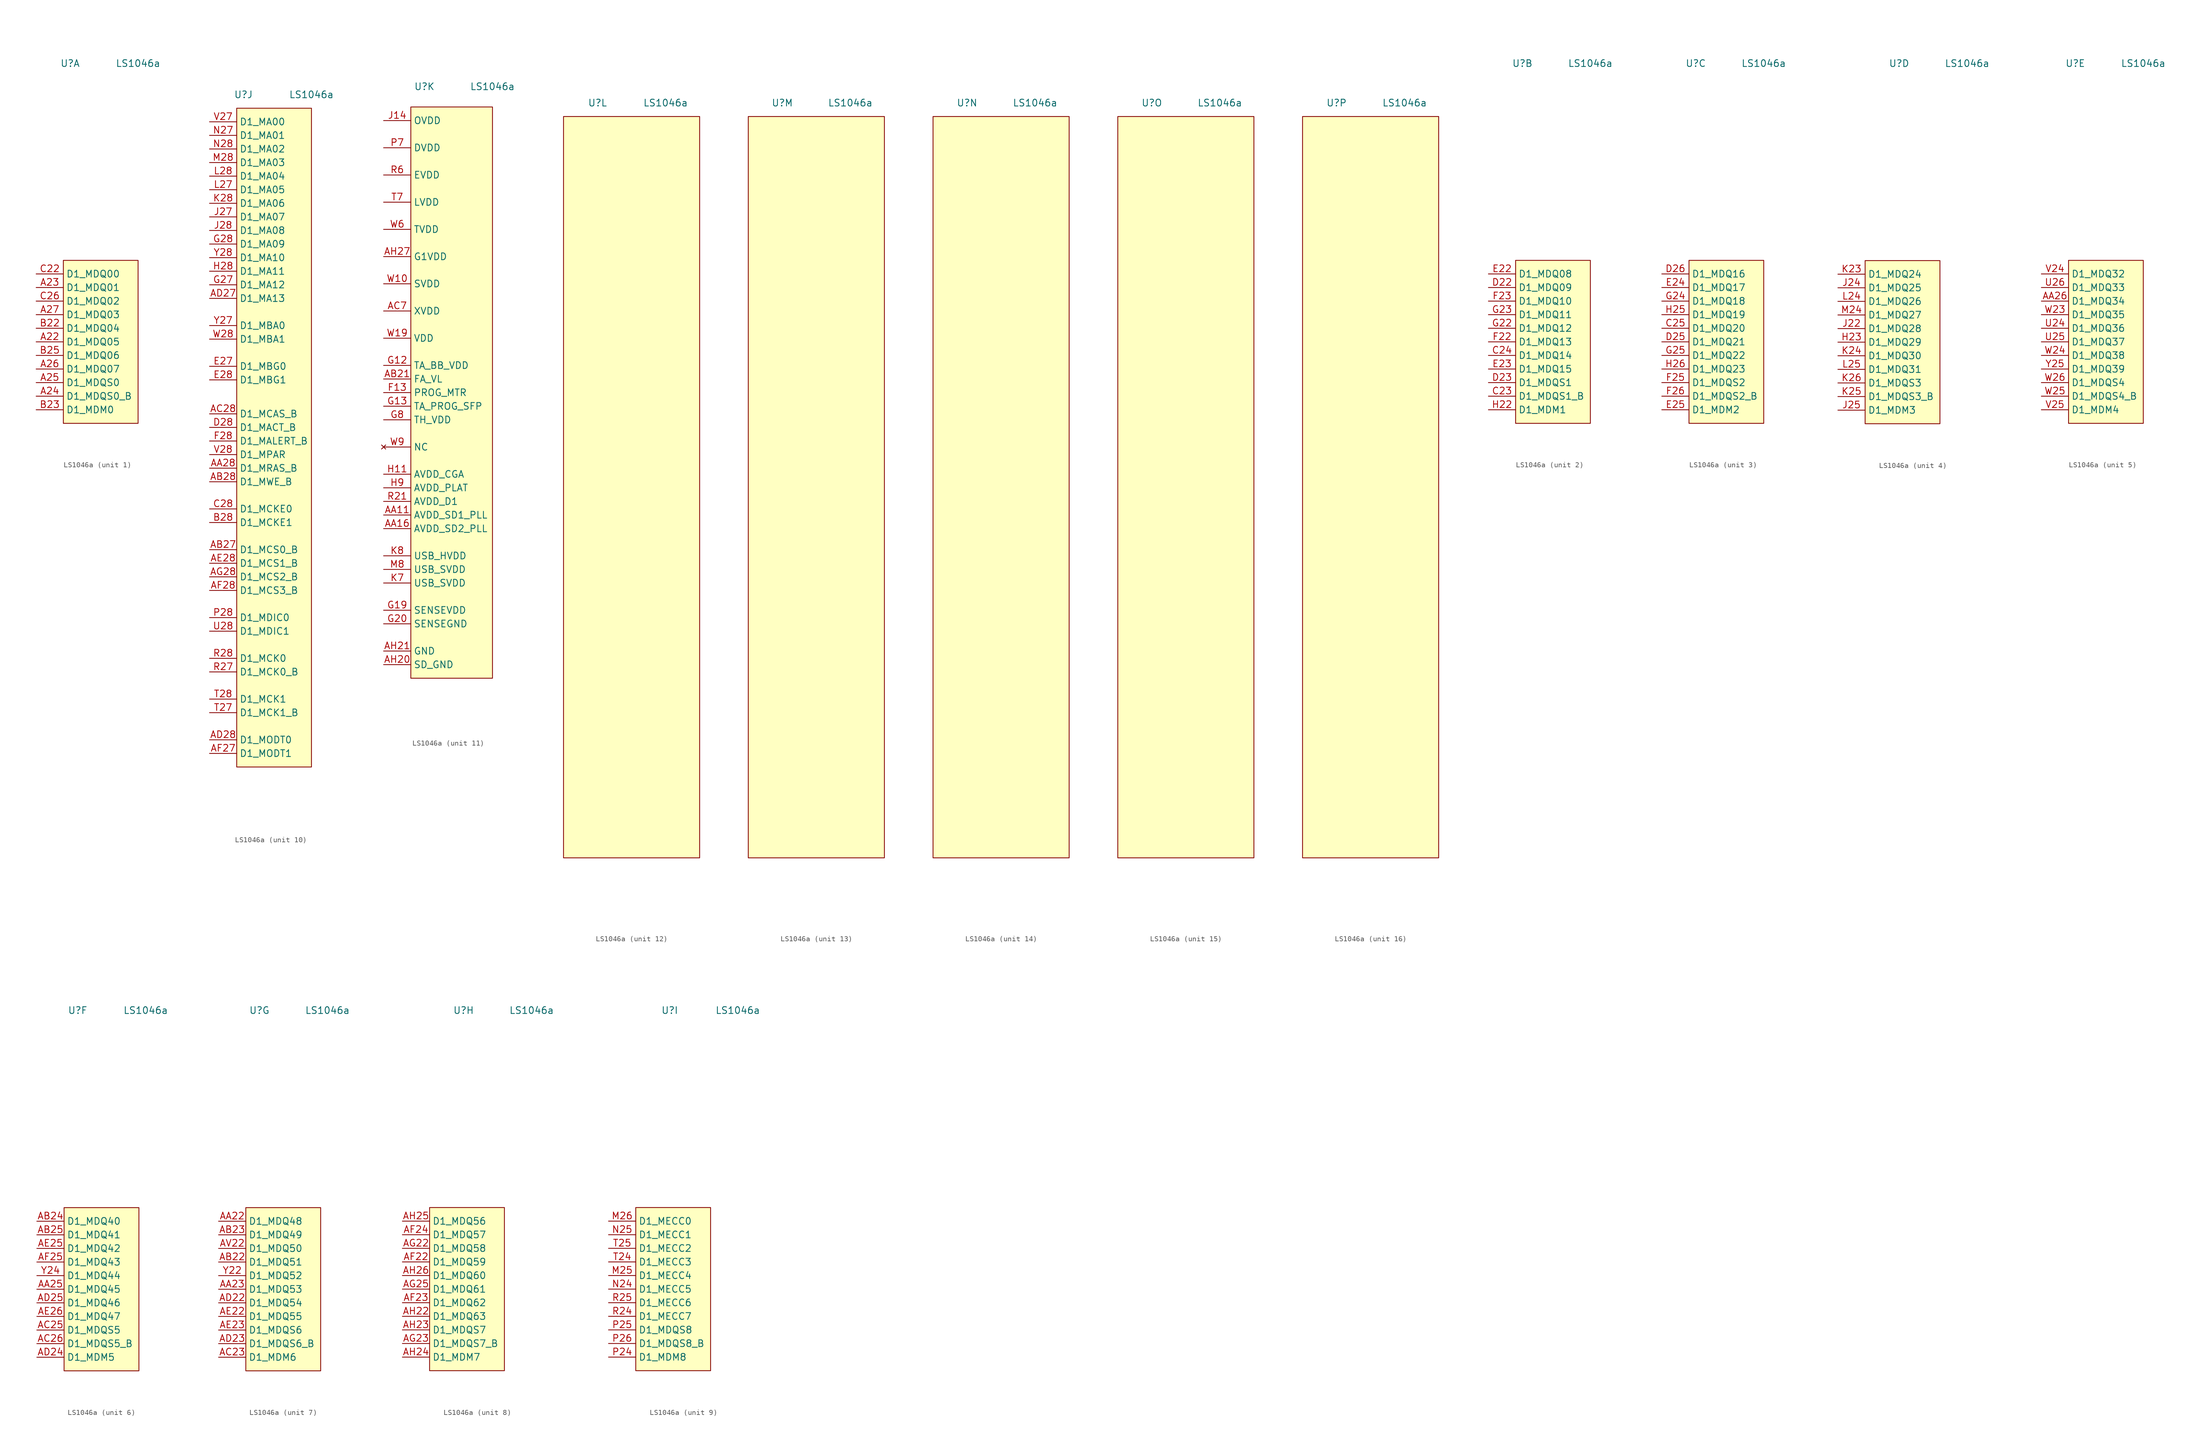
<source format=kicad_sym>
(kicad_symbol_lib
  (version 20220914)
  (generator kicad_symbol_editor)
  (symbol "LS1046a"
    (property "Reference" "U"
      (at -5.08 52.07 0)
      (effects (font (size 1.27 1.27))))
    (property "Value" "LS1046a"
      (at 7.62 52.07 0)
      (effects (font (size 1.27 1.27))))
    (property "ki_locked" ""
      (at 0 0 0)
      (effects (font (size 1.27 1.27))))
    (symbol "LS1046a_1_1"
      (rectangle (start -6.35 15.24) (end 7.62 -15.24) (stroke (width 0) (type default)) (fill (type background)))
      (pin passive line (at -11.43 0 0) (length 5.08) (name "D1_MDQ05" (effects (font (size 1.27 1.27)))) (number "A22" (effects (font (size 1.27 1.27)))))
      (pin passive line (at -11.43 10.16 0) (length 5.08) (name "D1_MDQ01" (effects (font (size 1.27 1.27)))) (number "A23" (effects (font (size 1.27 1.27)))))
      (pin passive line (at -11.43 -10.16 0) (length 5.08) (name "D1_MDQS0_B" (effects (font (size 1.27 1.27)))) (number "A24" (effects (font (size 1.27 1.27)))))
      (pin passive line (at -11.43 -7.62 0) (length 5.08) (name "D1_MDQS0" (effects (font (size 1.27 1.27)))) (number "A25" (effects (font (size 1.27 1.27)))))
      (pin passive line (at -11.43 -5.08 0) (length 5.08) (name "D1_MDQ07" (effects (font (size 1.27 1.27)))) (number "A26" (effects (font (size 1.27 1.27)))))
      (pin passive line (at -11.43 5.08 0) (length 5.08) (name "D1_MDQ03" (effects (font (size 1.27 1.27)))) (number "A27" (effects (font (size 1.27 1.27)))))
      (pin passive line (at -11.43 2.54 0) (length 5.08) (name "D1_MDQ04" (effects (font (size 1.27 1.27)))) (number "B22" (effects (font (size 1.27 1.27)))))
      (pin passive line (at -11.43 -12.7 0) (length 5.08) (name "D1_MDM0" (effects (font (size 1.27 1.27)))) (number "B23" (effects (font (size 1.27 1.27)))))
      (pin passive line (at -11.43 -2.54 0) (length 5.08) (name "D1_MDQ06" (effects (font (size 1.27 1.27)))) (number "B25" (effects (font (size 1.27 1.27)))))
      (pin passive line (at -11.43 12.7 0) (length 5.08) (name "D1_MDQ00" (effects (font (size 1.27 1.27)))) (number "C22" (effects (font (size 1.27 1.27)))))
      (pin passive line (at -11.43 7.62 0) (length 5.08) (name "D1_MDQ02" (effects (font (size 1.27 1.27)))) (number "C26" (effects (font (size 1.27 1.27))))))
    (symbol "LS1046a_2_1"
      (rectangle (start -6.35 15.24) (end 7.62 -15.24) (stroke (width 0) (type default)) (fill (type background)))
      (pin passive line (at -11.43 -10.16 0) (length 5.08) (name "D1_MDQS1_B" (effects (font (size 1.27 1.27)))) (number "C23" (effects (font (size 1.27 1.27)))))
      (pin passive line (at -11.43 -2.54 0) (length 5.08) (name "D1_MDQ14" (effects (font (size 1.27 1.27)))) (number "C24" (effects (font (size 1.27 1.27)))))
      (pin passive line (at -11.43 10.16 0) (length 5.08) (name "D1_MDQ09" (effects (font (size 1.27 1.27)))) (number "D22" (effects (font (size 1.27 1.27)))))
      (pin passive line (at -11.43 -7.62 0) (length 5.08) (name "D1_MDQS1" (effects (font (size 1.27 1.27)))) (number "D23" (effects (font (size 1.27 1.27)))))
      (pin passive line (at -11.43 12.7 0) (length 5.08) (name "D1_MDQ08" (effects (font (size 1.27 1.27)))) (number "E22" (effects (font (size 1.27 1.27)))))
      (pin passive line (at -11.43 -5.08 0) (length 5.08) (name "D1_MDQ15" (effects (font (size 1.27 1.27)))) (number "E23" (effects (font (size 1.27 1.27)))))
      (pin passive line (at -11.43 0 0) (length 5.08) (name "D1_MDQ13" (effects (font (size 1.27 1.27)))) (number "F22" (effects (font (size 1.27 1.27)))))
      (pin passive line (at -11.43 7.62 0) (length 5.08) (name "D1_MDQ10" (effects (font (size 1.27 1.27)))) (number "F23" (effects (font (size 1.27 1.27)))))
      (pin passive line (at -11.43 2.54 0) (length 5.08) (name "D1_MDQ12" (effects (font (size 1.27 1.27)))) (number "G22" (effects (font (size 1.27 1.27)))))
      (pin passive line (at -11.43 5.08 0) (length 5.08) (name "D1_MDQ11" (effects (font (size 1.27 1.27)))) (number "G23" (effects (font (size 1.27 1.27)))))
      (pin passive line (at -11.43 -12.7 0) (length 5.08) (name "D1_MDM1" (effects (font (size 1.27 1.27)))) (number "H22" (effects (font (size 1.27 1.27))))))
    (symbol "LS1046a_3_1"
      (rectangle (start -6.35 15.24) (end 7.62 -15.24) (stroke (width 0) (type default)) (fill (type background)))
      (pin passive line (at -11.43 2.54 0) (length 5.08) (name "D1_MDQ20" (effects (font (size 1.27 1.27)))) (number "C25" (effects (font (size 1.27 1.27)))))
      (pin passive line (at -11.43 0 0) (length 5.08) (name "D1_MDQ21" (effects (font (size 1.27 1.27)))) (number "D25" (effects (font (size 1.27 1.27)))))
      (pin passive line (at -11.43 12.7 0) (length 5.08) (name "D1_MDQ16" (effects (font (size 1.27 1.27)))) (number "D26" (effects (font (size 1.27 1.27)))))
      (pin passive line (at -11.43 10.16 0) (length 5.08) (name "D1_MDQ17" (effects (font (size 1.27 1.27)))) (number "E24" (effects (font (size 1.27 1.27)))))
      (pin passive line (at -11.43 -12.7 0) (length 5.08) (name "D1_MDM2" (effects (font (size 1.27 1.27)))) (number "E25" (effects (font (size 1.27 1.27)))))
      (pin passive line (at -11.43 -7.62 0) (length 5.08) (name "D1_MDQS2" (effects (font (size 1.27 1.27)))) (number "F25" (effects (font (size 1.27 1.27)))))
      (pin passive line (at -11.43 -10.16 0) (length 5.08) (name "D1_MDQS2_B" (effects (font (size 1.27 1.27)))) (number "F26" (effects (font (size 1.27 1.27)))))
      (pin passive line (at -11.43 7.62 0) (length 5.08) (name "D1_MDQ18" (effects (font (size 1.27 1.27)))) (number "G24" (effects (font (size 1.27 1.27)))))
      (pin passive line (at -11.43 -2.54 0) (length 5.08) (name "D1_MDQ22" (effects (font (size 1.27 1.27)))) (number "G25" (effects (font (size 1.27 1.27)))))
      (pin passive line (at -11.43 5.08 0) (length 5.08) (name "D1_MDQ19" (effects (font (size 1.27 1.27)))) (number "H25" (effects (font (size 1.27 1.27)))))
      (pin passive line (at -11.43 -5.08 0) (length 5.08) (name "D1_MDQ23" (effects (font (size 1.27 1.27)))) (number "H26" (effects (font (size 1.27 1.27))))))
    (symbol "LS1046a_4_1"
      (rectangle (start -11.43 15.24) (end 2.54 -15.24) (stroke (width 0) (type default)) (fill (type background)))
      (pin passive line (at -16.51 0 0) (length 5.08) (name "D1_MDQ29" (effects (font (size 1.27 1.27)))) (number "H23" (effects (font (size 1.27 1.27)))))
      (pin passive line (at -16.51 2.54 0) (length 5.08) (name "D1_MDQ28" (effects (font (size 1.27 1.27)))) (number "J22" (effects (font (size 1.27 1.27)))))
      (pin passive line (at -16.51 10.16 0) (length 5.08) (name "D1_MDQ25" (effects (font (size 1.27 1.27)))) (number "J24" (effects (font (size 1.27 1.27)))))
      (pin passive line (at -16.51 -12.7 0) (length 5.08) (name "D1_MDM3" (effects (font (size 1.27 1.27)))) (number "J25" (effects (font (size 1.27 1.27)))))
      (pin passive line (at -16.51 12.7 0) (length 5.08) (name "D1_MDQ24" (effects (font (size 1.27 1.27)))) (number "K23" (effects (font (size 1.27 1.27)))))
      (pin passive line (at -16.51 -2.54 0) (length 5.08) (name "D1_MDQ30" (effects (font (size 1.27 1.27)))) (number "K24" (effects (font (size 1.27 1.27)))))
      (pin passive line (at -16.51 -10.16 0) (length 5.08) (name "D1_MDQS3_B" (effects (font (size 1.27 1.27)))) (number "K25" (effects (font (size 1.27 1.27)))))
      (pin passive line (at -16.51 -7.62 0) (length 5.08) (name "D1_MDQS3" (effects (font (size 1.27 1.27)))) (number "K26" (effects (font (size 1.27 1.27)))))
      (pin passive line (at -16.51 7.62 0) (length 5.08) (name "D1_MDQ26" (effects (font (size 1.27 1.27)))) (number "L24" (effects (font (size 1.27 1.27)))))
      (pin passive line (at -16.51 -5.08 0) (length 5.08) (name "D1_MDQ31" (effects (font (size 1.27 1.27)))) (number "L25" (effects (font (size 1.27 1.27)))))
      (pin passive line (at -16.51 5.08 0) (length 5.08) (name "D1_MDQ27" (effects (font (size 1.27 1.27)))) (number "M24" (effects (font (size 1.27 1.27))))))
    (symbol "LS1046a_5_1"
      (rectangle (start -6.35 15.24) (end 7.62 -15.24) (stroke (width 0) (type default)) (fill (type background)))
      (pin passive line (at -11.43 7.62 0) (length 5.08) (name "D1_MDQ34" (effects (font (size 1.27 1.27)))) (number "AA26" (effects (font (size 1.27 1.27)))))
      (pin passive line (at -11.43 2.54 0) (length 5.08) (name "D1_MDQ36" (effects (font (size 1.27 1.27)))) (number "U24" (effects (font (size 1.27 1.27)))))
      (pin passive line (at -11.43 0 0) (length 5.08) (name "D1_MDQ37" (effects (font (size 1.27 1.27)))) (number "U25" (effects (font (size 1.27 1.27)))))
      (pin passive line (at -11.43 10.16 0) (length 5.08) (name "D1_MDQ33" (effects (font (size 1.27 1.27)))) (number "U26" (effects (font (size 1.27 1.27)))))
      (pin passive line (at -11.43 12.7 0) (length 5.08) (name "D1_MDQ32" (effects (font (size 1.27 1.27)))) (number "V24" (effects (font (size 1.27 1.27)))))
      (pin passive line (at -11.43 -12.7 0) (length 5.08) (name "D1_MDM4" (effects (font (size 1.27 1.27)))) (number "V25" (effects (font (size 1.27 1.27)))))
      (pin passive line (at -11.43 5.08 0) (length 5.08) (name "D1_MDQ35" (effects (font (size 1.27 1.27)))) (number "W23" (effects (font (size 1.27 1.27)))))
      (pin passive line (at -11.43 -2.54 0) (length 5.08) (name "D1_MDQ38" (effects (font (size 1.27 1.27)))) (number "W24" (effects (font (size 1.27 1.27)))))
      (pin passive line (at -11.43 -10.16 0) (length 5.08) (name "D1_MDQS4_B" (effects (font (size 1.27 1.27)))) (number "W25" (effects (font (size 1.27 1.27)))))
      (pin passive line (at -11.43 -7.62 0) (length 5.08) (name "D1_MDQS4" (effects (font (size 1.27 1.27)))) (number "W26" (effects (font (size 1.27 1.27)))))
      (pin passive line (at -11.43 -5.08 0) (length 5.08) (name "D1_MDQ39" (effects (font (size 1.27 1.27)))) (number "Y25" (effects (font (size 1.27 1.27))))))
    (symbol "LS1046a_6_1"
      (rectangle (start -7.62 15.24) (end 6.35 -15.24) (stroke (width 0) (type default)) (fill (type background)))
      (pin passive line (at -12.7 0 0) (length 5.08) (name "D1_MDQ45" (effects (font (size 1.27 1.27)))) (number "AA25" (effects (font (size 1.27 1.27)))))
      (pin passive line (at -12.7 12.7 0) (length 5.08) (name "D1_MDQ40" (effects (font (size 1.27 1.27)))) (number "AB24" (effects (font (size 1.27 1.27)))))
      (pin passive line (at -12.7 10.16 0) (length 5.08) (name "D1_MDQ41" (effects (font (size 1.27 1.27)))) (number "AB25" (effects (font (size 1.27 1.27)))))
      (pin passive line (at -12.7 -7.62 0) (length 5.08) (name "D1_MDQS5" (effects (font (size 1.27 1.27)))) (number "AC25" (effects (font (size 1.27 1.27)))))
      (pin passive line (at -12.7 -10.16 0) (length 5.08) (name "D1_MDQS5_B" (effects (font (size 1.27 1.27)))) (number "AC26" (effects (font (size 1.27 1.27)))))
      (pin passive line (at -12.7 -12.7 0) (length 5.08) (name "D1_MDM5" (effects (font (size 1.27 1.27)))) (number "AD24" (effects (font (size 1.27 1.27)))))
      (pin passive line (at -12.7 -2.54 0) (length 5.08) (name "D1_MDQ46" (effects (font (size 1.27 1.27)))) (number "AD25" (effects (font (size 1.27 1.27)))))
      (pin passive line (at -12.7 7.62 0) (length 5.08) (name "D1_MDQ42" (effects (font (size 1.27 1.27)))) (number "AE25" (effects (font (size 1.27 1.27)))))
      (pin passive line (at -12.7 -5.08 0) (length 5.08) (name "D1_MDQ47" (effects (font (size 1.27 1.27)))) (number "AE26" (effects (font (size 1.27 1.27)))))
      (pin passive line (at -12.7 5.08 0) (length 5.08) (name "D1_MDQ43" (effects (font (size 1.27 1.27)))) (number "AF25" (effects (font (size 1.27 1.27)))))
      (pin passive line (at -12.7 2.54 0) (length 5.08) (name "D1_MDQ44" (effects (font (size 1.27 1.27)))) (number "Y24" (effects (font (size 1.27 1.27))))))
    (symbol "LS1046a_7_1"
      (rectangle (start -7.62 15.24) (end 6.35 -15.24) (stroke (width 0) (type default)) (fill (type background)))
      (pin passive line (at -12.7 12.7 0) (length 5.08) (name "D1_MDQ48" (effects (font (size 1.27 1.27)))) (number "AA22" (effects (font (size 1.27 1.27)))))
      (pin passive line (at -12.7 0 0) (length 5.08) (name "D1_MDQ53" (effects (font (size 1.27 1.27)))) (number "AA23" (effects (font (size 1.27 1.27)))))
      (pin passive line (at -12.7 5.08 0) (length 5.08) (name "D1_MDQ51" (effects (font (size 1.27 1.27)))) (number "AB22" (effects (font (size 1.27 1.27)))))
      (pin passive line (at -12.7 10.16 0) (length 5.08) (name "D1_MDQ49" (effects (font (size 1.27 1.27)))) (number "AB23" (effects (font (size 1.27 1.27)))))
      (pin passive line (at -12.7 -12.7 0) (length 5.08) (name "D1_MDM6" (effects (font (size 1.27 1.27)))) (number "AC23" (effects (font (size 1.27 1.27)))))
      (pin passive line (at -12.7 -2.54 0) (length 5.08) (name "D1_MDQ54" (effects (font (size 1.27 1.27)))) (number "AD22" (effects (font (size 1.27 1.27)))))
      (pin passive line (at -12.7 -10.16 0) (length 5.08) (name "D1_MDQS6_B" (effects (font (size 1.27 1.27)))) (number "AD23" (effects (font (size 1.27 1.27)))))
      (pin passive line (at -12.7 -5.08 0) (length 5.08) (name "D1_MDQ55" (effects (font (size 1.27 1.27)))) (number "AE22" (effects (font (size 1.27 1.27)))))
      (pin passive line (at -12.7 -7.62 0) (length 5.08) (name "D1_MDQS6" (effects (font (size 1.27 1.27)))) (number "AE23" (effects (font (size 1.27 1.27)))))
      (pin passive line (at -12.7 7.62 0) (length 5.08) (name "D1_MDQ50" (effects (font (size 1.27 1.27)))) (number "AV22" (effects (font (size 1.27 1.27)))))
      (pin passive line (at -12.7 2.54 0) (length 5.08) (name "D1_MDQ52" (effects (font (size 1.27 1.27)))) (number "Y22" (effects (font (size 1.27 1.27))))))
    (symbol "LS1046a_8_1"
      (rectangle (start -11.43 15.24) (end 2.54 -15.24) (stroke (width 0) (type default)) (fill (type background)))
      (pin passive line (at -16.51 5.08 0) (length 5.08) (name "D1_MDQ59" (effects (font (size 1.27 1.27)))) (number "AF22" (effects (font (size 1.27 1.27)))))
      (pin passive line (at -16.51 -2.54 0) (length 5.08) (name "D1_MDQ62" (effects (font (size 1.27 1.27)))) (number "AF23" (effects (font (size 1.27 1.27)))))
      (pin passive line (at -16.51 10.16 0) (length 5.08) (name "D1_MDQ57" (effects (font (size 1.27 1.27)))) (number "AF24" (effects (font (size 1.27 1.27)))))
      (pin passive line (at -16.51 7.62 0) (length 5.08) (name "D1_MDQ58" (effects (font (size 1.27 1.27)))) (number "AG22" (effects (font (size 1.27 1.27)))))
      (pin passive line (at -16.51 -10.16 0) (length 5.08) (name "D1_MDQS7_B" (effects (font (size 1.27 1.27)))) (number "AG23" (effects (font (size 1.27 1.27)))))
      (pin passive line (at -16.51 0 0) (length 5.08) (name "D1_MDQ61" (effects (font (size 1.27 1.27)))) (number "AG25" (effects (font (size 1.27 1.27)))))
      (pin passive line (at -16.51 -5.08 0) (length 5.08) (name "D1_MDQ63" (effects (font (size 1.27 1.27)))) (number "AH22" (effects (font (size 1.27 1.27)))))
      (pin passive line (at -16.51 -7.62 0) (length 5.08) (name "D1_MDQS7" (effects (font (size 1.27 1.27)))) (number "AH23" (effects (font (size 1.27 1.27)))))
      (pin passive line (at -16.51 -12.7 0) (length 5.08) (name "D1_MDM7" (effects (font (size 1.27 1.27)))) (number "AH24" (effects (font (size 1.27 1.27)))))
      (pin passive line (at -16.51 12.7 0) (length 5.08) (name "D1_MDQ56" (effects (font (size 1.27 1.27)))) (number "AH25" (effects (font (size 1.27 1.27)))))
      (pin passive line (at -16.51 2.54 0) (length 5.08) (name "D1_MDQ60" (effects (font (size 1.27 1.27)))) (number "AH26" (effects (font (size 1.27 1.27))))))
    (symbol "LS1046a_9_1"
      (rectangle (start -11.43 15.24) (end 2.54 -15.24) (stroke (width 0) (type default)) (fill (type background)))
      (pin passive line (at -16.51 2.54 0) (length 5.08) (name "D1_MECC4" (effects (font (size 1.27 1.27)))) (number "M25" (effects (font (size 1.27 1.27)))))
      (pin passive line (at -16.51 12.7 0) (length 5.08) (name "D1_MECC0" (effects (font (size 1.27 1.27)))) (number "M26" (effects (font (size 1.27 1.27)))))
      (pin passive line (at -16.51 0 0) (length 5.08) (name "D1_MECC5" (effects (font (size 1.27 1.27)))) (number "N24" (effects (font (size 1.27 1.27)))))
      (pin passive line (at -16.51 10.16 0) (length 5.08) (name "D1_MECC1" (effects (font (size 1.27 1.27)))) (number "N25" (effects (font (size 1.27 1.27)))))
      (pin passive line (at -16.51 -12.7 0) (length 5.08) (name "D1_MDM8" (effects (font (size 1.27 1.27)))) (number "P24" (effects (font (size 1.27 1.27)))))
      (pin passive line (at -16.51 -7.62 0) (length 5.08) (name "D1_MDQS8" (effects (font (size 1.27 1.27)))) (number "P25" (effects (font (size 1.27 1.27)))))
      (pin passive line (at -16.51 -10.16 0) (length 5.08) (name "D1_MDQS8_B" (effects (font (size 1.27 1.27)))) (number "P26" (effects (font (size 1.27 1.27)))))
      (pin passive line (at -16.51 -5.08 0) (length 5.08) (name "D1_MECC7" (effects (font (size 1.27 1.27)))) (number "R24" (effects (font (size 1.27 1.27)))))
      (pin passive line (at -16.51 -2.54 0) (length 5.08) (name "D1_MECC6" (effects (font (size 1.27 1.27)))) (number "R25" (effects (font (size 1.27 1.27)))))
      (pin passive line (at -16.51 5.08 0) (length 5.08) (name "D1_MECC3" (effects (font (size 1.27 1.27)))) (number "T24" (effects (font (size 1.27 1.27)))))
      (pin passive line (at -16.51 7.62 0) (length 5.08) (name "D1_MECC2" (effects (font (size 1.27 1.27)))) (number "T25" (effects (font (size 1.27 1.27))))))
    (symbol "LS1046a_10_0"
      (pin passive line (at -11.43 -10.16 0) (length 5.08) (name "D1_MACT_B" (effects (font (size 1.27 1.27)))) (number "D28" (effects (font (size 1.27 1.27)))))
      (pin passive line (at -11.43 1.27 0) (length 5.08) (name "D1_MBG0" (effects (font (size 1.27 1.27)))) (number "E27" (effects (font (size 1.27 1.27)))))
      (pin passive line (at -11.43 -1.27 0) (length 5.08) (name "D1_MBG1" (effects (font (size 1.27 1.27)))) (number "E28" (effects (font (size 1.27 1.27)))))
      (pin passive line (at -11.43 -12.7 0) (length 5.08) (name "D1_MALERT_B" (effects (font (size 1.27 1.27)))) (number "F28" (effects (font (size 1.27 1.27))))))
    (symbol "LS1046a_10_1"
      (rectangle (start -6.35 49.53) (end 7.62 -73.66) (stroke (width 0) (type default)) (fill (type background)))
      (pin passive line (at -11.43 -17.78 0) (length 5.08) (name "D1_MRAS_B" (effects (font (size 1.27 1.27)))) (number "AA28" (effects (font (size 1.27 1.27)))))
      (pin passive line (at -11.43 -33.02 0) (length 5.08) (name "D1_MCS0_B" (effects (font (size 1.27 1.27)))) (number "AB27" (effects (font (size 1.27 1.27)))))
      (pin passive line (at -11.43 -20.32 0) (length 5.08) (name "D1_MWE_B" (effects (font (size 1.27 1.27)))) (number "AB28" (effects (font (size 1.27 1.27)))))
      (pin passive line (at -11.43 -7.62 0) (length 5.08) (name "D1_MCAS_B" (effects (font (size 1.27 1.27)))) (number "AC28" (effects (font (size 1.27 1.27)))))
      (pin passive line (at -11.43 13.97 0) (length 5.08) (name "D1_MA13" (effects (font (size 1.27 1.27)))) (number "AD27" (effects (font (size 1.27 1.27)))))
      (pin passive line (at -11.43 -68.58 0) (length 5.08) (name "D1_MODT0" (effects (font (size 1.27 1.27)))) (number "AD28" (effects (font (size 1.27 1.27)))))
      (pin passive line (at -11.43 -35.56 0) (length 5.08) (name "D1_MCS1_B" (effects (font (size 1.27 1.27)))) (number "AE28" (effects (font (size 1.27 1.27)))))
      (pin passive line (at -11.43 -71.12 0) (length 5.08) (name "D1_MODT1" (effects (font (size 1.27 1.27)))) (number "AF27" (effects (font (size 1.27 1.27)))))
      (pin passive line (at -11.43 -40.64 0) (length 5.08) (name "D1_MCS3_B" (effects (font (size 1.27 1.27)))) (number "AF28" (effects (font (size 1.27 1.27)))))
      (pin passive line (at -11.43 -38.1 0) (length 5.08) (name "D1_MCS2_B" (effects (font (size 1.27 1.27)))) (number "AG28" (effects (font (size 1.27 1.27)))))
      (pin passive line (at -11.43 -27.94 0) (length 5.08) (name "D1_MCKE1" (effects (font (size 1.27 1.27)))) (number "B28" (effects (font (size 1.27 1.27)))))
      (pin passive line (at -11.43 -25.4 0) (length 5.08) (name "D1_MCKE0" (effects (font (size 1.27 1.27)))) (number "C28" (effects (font (size 1.27 1.27)))))
      (pin passive line (at -11.43 16.51 0) (length 5.08) (name "D1_MA12" (effects (font (size 1.27 1.27)))) (number "G27" (effects (font (size 1.27 1.27)))))
      (pin passive line (at -11.43 24.13 0) (length 5.08) (name "D1_MA09" (effects (font (size 1.27 1.27)))) (number "G28" (effects (font (size 1.27 1.27)))))
      (pin passive line (at -11.43 19.05 0) (length 5.08) (name "D1_MA11" (effects (font (size 1.27 1.27)))) (number "H28" (effects (font (size 1.27 1.27)))))
      (pin passive line (at -11.43 29.21 0) (length 5.08) (name "D1_MA07" (effects (font (size 1.27 1.27)))) (number "J27" (effects (font (size 1.27 1.27)))))
      (pin passive line (at -11.43 26.67 0) (length 5.08) (name "D1_MA08" (effects (font (size 1.27 1.27)))) (number "J28" (effects (font (size 1.27 1.27)))))
      (pin passive line (at -11.43 31.75 0) (length 5.08) (name "D1_MA06" (effects (font (size 1.27 1.27)))) (number "K28" (effects (font (size 1.27 1.27)))))
      (pin passive line (at -11.43 34.29 0) (length 5.08) (name "D1_MA05" (effects (font (size 1.27 1.27)))) (number "L27" (effects (font (size 1.27 1.27)))))
      (pin passive line (at -11.43 36.83 0) (length 5.08) (name "D1_MA04" (effects (font (size 1.27 1.27)))) (number "L28" (effects (font (size 1.27 1.27)))))
      (pin passive line (at -11.43 39.37 0) (length 5.08) (name "D1_MA03" (effects (font (size 1.27 1.27)))) (number "M28" (effects (font (size 1.27 1.27)))))
      (pin passive line (at -11.43 44.45 0) (length 5.08) (name "D1_MA01" (effects (font (size 1.27 1.27)))) (number "N27" (effects (font (size 1.27 1.27)))))
      (pin passive line (at -11.43 41.91 0) (length 5.08) (name "D1_MA02" (effects (font (size 1.27 1.27)))) (number "N28" (effects (font (size 1.27 1.27)))))
      (pin passive line (at -11.43 -45.72 0) (length 5.08) (name "D1_MDIC0" (effects (font (size 1.27 1.27)))) (number "P28" (effects (font (size 1.27 1.27)))))
      (pin passive line (at -11.43 -55.88 0) (length 5.08) (name "D1_MCK0_B" (effects (font (size 1.27 1.27)))) (number "R27" (effects (font (size 1.27 1.27)))))
      (pin passive line (at -11.43 -53.34 0) (length 5.08) (name "D1_MCK0" (effects (font (size 1.27 1.27)))) (number "R28" (effects (font (size 1.27 1.27)))))
      (pin passive line (at -11.43 -63.5 0) (length 5.08) (name "D1_MCK1_B" (effects (font (size 1.27 1.27)))) (number "T27" (effects (font (size 1.27 1.27)))))
      (pin passive line (at -11.43 -60.96 0) (length 5.08) (name "D1_MCK1" (effects (font (size 1.27 1.27)))) (number "T28" (effects (font (size 1.27 1.27)))))
      (pin passive line (at -11.43 -48.26 0) (length 5.08) (name "D1_MDIC1" (effects (font (size 1.27 1.27)))) (number "U28" (effects (font (size 1.27 1.27)))))
      (pin passive line (at -11.43 46.99 0) (length 5.08) (name "D1_MA00" (effects (font (size 1.27 1.27)))) (number "V27" (effects (font (size 1.27 1.27)))))
      (pin passive line (at -11.43 -15.24 0) (length 5.08) (name "D1_MPAR" (effects (font (size 1.27 1.27)))) (number "V28" (effects (font (size 1.27 1.27)))))
      (pin passive line (at -11.43 6.35 0) (length 5.08) (name "D1_MBA1" (effects (font (size 1.27 1.27)))) (number "W28" (effects (font (size 1.27 1.27)))))
      (pin passive line (at -11.43 8.89 0) (length 5.08) (name "D1_MBA0" (effects (font (size 1.27 1.27)))) (number "Y27" (effects (font (size 1.27 1.27)))))
      (pin passive line (at -11.43 21.59 0) (length 5.08) (name "D1_MA10" (effects (font (size 1.27 1.27)))) (number "Y28" (effects (font (size 1.27 1.27))))))
    (symbol "LS1046a_11_1"
      (rectangle (start -7.62 48.26) (end 7.62 -58.42) (stroke (width 0) (type default)) (fill (type background)))
      (pin passive line (at -12.7 -53.34 0) (length 5.08) hide (name "GND" (effects (font (size 1.27 1.27)))) (number "A2" (effects (font (size 1.27 1.27)))))
      (pin passive line (at -12.7 -53.34 0) (length 5.08) hide (name "GND" (effects (font (size 1.27 1.27)))) (number "A21" (effects (font (size 1.27 1.27)))))
      (pin passive line (at -12.7 -53.34 0) (length 5.08) hide (name "GND" (effects (font (size 1.27 1.27)))) (number "A5" (effects (font (size 1.27 1.27)))))
      (pin no_connect line (at -12.7 -15.24 0) (length 5.08) hide (name "NC" (effects (font (size 1.27 1.27)))) (number "AA10" (effects (font (size 1.27 1.27)))))
      (pin passive line (at -12.7 -27.94 0) (length 5.08) (name "AVDD_SD1_PLL" (effects (font (size 1.27 1.27)))) (number "AA11" (effects (font (size 1.27 1.27)))))
      (pin passive line (at -12.7 -55.88 0) (length 5.08) hide (name "SD_GND" (effects (font (size 1.27 1.27)))) (number "AA12" (effects (font (size 1.27 1.27)))))
      (pin passive line (at -12.7 -53.34 0) (length 5.08) hide (name "GND" (effects (font (size 1.27 1.27)))) (number "AA14" (effects (font (size 1.27 1.27)))))
      (pin no_connect line (at -12.7 -15.24 0) (length 5.08) hide (name "NC" (effects (font (size 1.27 1.27)))) (number "AA15" (effects (font (size 1.27 1.27)))))
      (pin passive line (at -12.7 -30.48 0) (length 5.08) (name "AVDD_SD2_PLL" (effects (font (size 1.27 1.27)))) (number "AA16" (effects (font (size 1.27 1.27)))))
      (pin passive line (at -12.7 -55.88 0) (length 5.08) hide (name "SD_GND" (effects (font (size 1.27 1.27)))) (number "AA17" (effects (font (size 1.27 1.27)))))
      (pin passive line (at -12.7 -55.88 0) (length 5.08) hide (name "SD_GND" (effects (font (size 1.27 1.27)))) (number "AA18" (effects (font (size 1.27 1.27)))))
      (pin passive line (at -12.7 -55.88 0) (length 5.08) hide (name "SD_GND" (effects (font (size 1.27 1.27)))) (number "AA19" (effects (font (size 1.27 1.27)))))
      (pin passive line (at -12.7 -53.34 0) (length 5.08) hide (name "GND" (effects (font (size 1.27 1.27)))) (number "AA21" (effects (font (size 1.27 1.27)))))
      (pin passive line (at -12.7 -53.34 0) (length 5.08) hide (name "GND" (effects (font (size 1.27 1.27)))) (number "AA24" (effects (font (size 1.27 1.27)))))
      (pin passive line (at -12.7 20.32 0) (length 5.08) hide (name "G1VDD" (effects (font (size 1.27 1.27)))) (number "AA27" (effects (font (size 1.27 1.27)))))
      (pin passive line (at -12.7 -53.34 0) (length 5.08) hide (name "GND" (effects (font (size 1.27 1.27)))) (number "AA4" (effects (font (size 1.27 1.27)))))
      (pin passive line (at -12.7 -55.88 0) (length 5.08) hide (name "SD_GND" (effects (font (size 1.27 1.27)))) (number "AA5" (effects (font (size 1.27 1.27)))))
      (pin passive line (at -12.7 -55.88 0) (length 5.08) hide (name "SD_GND" (effects (font (size 1.27 1.27)))) (number "AA7" (effects (font (size 1.27 1.27)))))
      (pin passive line (at -12.7 -55.88 0) (length 5.08) hide (name "SD_GND" (effects (font (size 1.27 1.27)))) (number "AA9" (effects (font (size 1.27 1.27)))))
      (pin no_connect line (at -12.7 -15.24 0) (length 5.08) hide (name "NC" (effects (font (size 1.27 1.27)))) (number "AB10" (effects (font (size 1.27 1.27)))))
      (pin no_connect line (at -12.7 -15.24 0) (length 5.08) hide (name "NC" (effects (font (size 1.27 1.27)))) (number "AB11" (effects (font (size 1.27 1.27)))))
      (pin passive line (at -12.7 -53.34 0) (length 5.08) hide (name "GND" (effects (font (size 1.27 1.27)))) (number "AB12" (effects (font (size 1.27 1.27)))))
      (pin passive line (at -12.7 -55.88 0) (length 5.08) hide (name "SD_GND" (effects (font (size 1.27 1.27)))) (number "AB14" (effects (font (size 1.27 1.27)))))
      (pin passive line (at -12.7 -30.48 0) (length 5.08) hide (name "AVDD_SD2_PLL" (effects (font (size 1.27 1.27)))) (number "AB15" (effects (font (size 1.27 1.27)))))
      (pin no_connect line (at -12.7 -15.24 0) (length 5.08) hide (name "NC" (effects (font (size 1.27 1.27)))) (number "AB16" (effects (font (size 1.27 1.27)))))
      (pin passive line (at -12.7 -55.88 0) (length 5.08) hide (name "SD_GND" (effects (font (size 1.27 1.27)))) (number "AB17" (effects (font (size 1.27 1.27)))))
      (pin passive line (at -12.7 -53.34 0) (length 5.08) hide (name "GND" (effects (font (size 1.27 1.27)))) (number "AB2" (effects (font (size 1.27 1.27)))))
      (pin passive line (at -12.7 -55.88 0) (length 5.08) hide (name "SD_GND" (effects (font (size 1.27 1.27)))) (number "AB20" (effects (font (size 1.27 1.27)))))
      (pin passive line (at -12.7 -2.54 0) (length 5.08) (name "FA_VL" (effects (font (size 1.27 1.27)))) (number "AB21" (effects (font (size 1.27 1.27)))))
      (pin passive line (at -12.7 -53.34 0) (length 5.08) hide (name "GND" (effects (font (size 1.27 1.27)))) (number "AB26" (effects (font (size 1.27 1.27)))))
      (pin passive line (at -12.7 -27.94 0) (length 5.08) hide (name "AVDD_SD1_PLL" (effects (font (size 1.27 1.27)))) (number "AB6" (effects (font (size 1.27 1.27)))))
      (pin passive line (at -12.7 -55.88 0) (length 5.08) hide (name "SD_GND" (effects (font (size 1.27 1.27)))) (number "AB7" (effects (font (size 1.27 1.27)))))
      (pin passive line (at -12.7 -55.88 0) (length 5.08) hide (name "SD_GND" (effects (font (size 1.27 1.27)))) (number "AB9" (effects (font (size 1.27 1.27)))))
      (pin passive line (at -12.7 -55.88 0) (length 5.08) hide (name "SD_GND" (effects (font (size 1.27 1.27)))) (number "AC10" (effects (font (size 1.27 1.27)))))
      (pin passive line (at -12.7 -55.88 0) (length 5.08) hide (name "SD_GND" (effects (font (size 1.27 1.27)))) (number "AC11" (effects (font (size 1.27 1.27)))))
      (pin passive line (at -12.7 10.16 0) (length 5.08) hide (name "XVDD" (effects (font (size 1.27 1.27)))) (number "AC12" (effects (font (size 1.27 1.27)))))
      (pin passive line (at -12.7 10.16 0) (length 5.08) hide (name "XVDD" (effects (font (size 1.27 1.27)))) (number "AC14" (effects (font (size 1.27 1.27)))))
      (pin passive line (at -12.7 -55.88 0) (length 5.08) hide (name "SD_GND" (effects (font (size 1.27 1.27)))) (number "AC15" (effects (font (size 1.27 1.27)))))
      (pin passive line (at -12.7 -55.88 0) (length 5.08) hide (name "SD_GND" (effects (font (size 1.27 1.27)))) (number "AC16" (effects (font (size 1.27 1.27)))))
      (pin passive line (at -12.7 10.16 0) (length 5.08) hide (name "XVDD" (effects (font (size 1.27 1.27)))) (number "AC17" (effects (font (size 1.27 1.27)))))
      (pin passive line (at -12.7 -55.88 0) (length 5.08) hide (name "SD_GND" (effects (font (size 1.27 1.27)))) (number "AC18" (effects (font (size 1.27 1.27)))))
      (pin passive line (at -12.7 -55.88 0) (length 5.08) hide (name "SD_GND" (effects (font (size 1.27 1.27)))) (number "AC19" (effects (font (size 1.27 1.27)))))
      (pin passive line (at -12.7 10.16 0) (length 5.08) hide (name "XVDD" (effects (font (size 1.27 1.27)))) (number "AC20" (effects (font (size 1.27 1.27)))))
      (pin passive line (at -12.7 -53.34 0) (length 5.08) hide (name "GND" (effects (font (size 1.27 1.27)))) (number "AC21" (effects (font (size 1.27 1.27)))))
      (pin passive line (at -12.7 -53.34 0) (length 5.08) hide (name "GND" (effects (font (size 1.27 1.27)))) (number "AC24" (effects (font (size 1.27 1.27)))))
      (pin passive line (at -12.7 20.32 0) (length 5.08) hide (name "G1VDD" (effects (font (size 1.27 1.27)))) (number "AC27" (effects (font (size 1.27 1.27)))))
      (pin passive line (at -12.7 -55.88 0) (length 5.08) hide (name "SD_GND" (effects (font (size 1.27 1.27)))) (number "AC5" (effects (font (size 1.27 1.27)))))
      (pin passive line (at -12.7 -55.88 0) (length 5.08) hide (name "SD_GND" (effects (font (size 1.27 1.27)))) (number "AC6" (effects (font (size 1.27 1.27)))))
      (pin passive line (at -12.7 10.16 0) (length 5.08) (name "XVDD" (effects (font (size 1.27 1.27)))) (number "AC7" (effects (font (size 1.27 1.27)))))
      (pin passive line (at -12.7 -55.88 0) (length 5.08) hide (name "SD_GND" (effects (font (size 1.27 1.27)))) (number "AC8" (effects (font (size 1.27 1.27)))))
      (pin passive line (at -12.7 10.16 0) (length 5.08) hide (name "XVDD" (effects (font (size 1.27 1.27)))) (number "AC9" (effects (font (size 1.27 1.27)))))
      (pin passive line (at -12.7 -55.88 0) (length 5.08) hide (name "SD_GND" (effects (font (size 1.27 1.27)))) (number "AD12" (effects (font (size 1.27 1.27)))))
      (pin passive line (at -12.7 -55.88 0) (length 5.08) hide (name "SD_GND" (effects (font (size 1.27 1.27)))) (number "AD14" (effects (font (size 1.27 1.27)))))
      (pin passive line (at -12.7 -55.88 0) (length 5.08) hide (name "SD_GND" (effects (font (size 1.27 1.27)))) (number "AD17" (effects (font (size 1.27 1.27)))))
      (pin passive line (at -12.7 -53.34 0) (length 5.08) hide (name "GND" (effects (font (size 1.27 1.27)))) (number "AD2" (effects (font (size 1.27 1.27)))))
      (pin passive line (at -12.7 -55.88 0) (length 5.08) hide (name "SD_GND" (effects (font (size 1.27 1.27)))) (number "AD20" (effects (font (size 1.27 1.27)))))
      (pin passive line (at -12.7 -53.34 0) (length 5.08) hide (name "GND" (effects (font (size 1.27 1.27)))) (number "AD26" (effects (font (size 1.27 1.27)))))
      (pin passive line (at -12.7 -53.34 0) (length 5.08) hide (name "GND" (effects (font (size 1.27 1.27)))) (number "AD4" (effects (font (size 1.27 1.27)))))
      (pin passive line (at -12.7 -55.88 0) (length 5.08) hide (name "SD_GND" (effects (font (size 1.27 1.27)))) (number "AD5" (effects (font (size 1.27 1.27)))))
      (pin passive line (at -12.7 -55.88 0) (length 5.08) hide (name "SD_GND" (effects (font (size 1.27 1.27)))) (number "AD7" (effects (font (size 1.27 1.27)))))
      (pin passive line (at -12.7 -55.88 0) (length 5.08) hide (name "SD_GND" (effects (font (size 1.27 1.27)))) (number "AD9" (effects (font (size 1.27 1.27)))))
      (pin passive line (at -12.7 -55.88 0) (length 5.08) hide (name "SD_GND" (effects (font (size 1.27 1.27)))) (number "AE12" (effects (font (size 1.27 1.27)))))
      (pin passive line (at -12.7 -55.88 0) (length 5.08) hide (name "SD_GND" (effects (font (size 1.27 1.27)))) (number "AE14" (effects (font (size 1.27 1.27)))))
      (pin passive line (at -12.7 -55.88 0) (length 5.08) hide (name "SD_GND" (effects (font (size 1.27 1.27)))) (number "AE17" (effects (font (size 1.27 1.27)))))
      (pin passive line (at -12.7 -55.88 0) (length 5.08) hide (name "SD_GND" (effects (font (size 1.27 1.27)))) (number "AE20" (effects (font (size 1.27 1.27)))))
      (pin passive line (at -12.7 -53.34 0) (length 5.08) hide (name "GND" (effects (font (size 1.27 1.27)))) (number "AE21" (effects (font (size 1.27 1.27)))))
      (pin passive line (at -12.7 -53.34 0) (length 5.08) hide (name "GND" (effects (font (size 1.27 1.27)))) (number "AE24" (effects (font (size 1.27 1.27)))))
      (pin passive line (at -12.7 20.32 0) (length 5.08) hide (name "G1VDD" (effects (font (size 1.27 1.27)))) (number "AE27" (effects (font (size 1.27 1.27)))))
      (pin passive line (at -12.7 -55.88 0) (length 5.08) hide (name "SD_GND" (effects (font (size 1.27 1.27)))) (number "AE5" (effects (font (size 1.27 1.27)))))
      (pin passive line (at -12.7 -55.88 0) (length 5.08) hide (name "SD_GND" (effects (font (size 1.27 1.27)))) (number "AE7" (effects (font (size 1.27 1.27)))))
      (pin passive line (at -12.7 -55.88 0) (length 5.08) hide (name "SD_GND" (effects (font (size 1.27 1.27)))) (number "AE9" (effects (font (size 1.27 1.27)))))
      (pin passive line (at -12.7 -55.88 0) (length 5.08) hide (name "SD_GND" (effects (font (size 1.27 1.27)))) (number "AF10" (effects (font (size 1.27 1.27)))))
      (pin passive line (at -12.7 -55.88 0) (length 5.08) hide (name "SD_GND" (effects (font (size 1.27 1.27)))) (number "AF11" (effects (font (size 1.27 1.27)))))
      (pin passive line (at -12.7 -55.88 0) (length 5.08) hide (name "SD_GND" (effects (font (size 1.27 1.27)))) (number "AF15" (effects (font (size 1.27 1.27)))))
      (pin passive line (at -12.7 -55.88 0) (length 5.08) hide (name "SD_GND" (effects (font (size 1.27 1.27)))) (number "AF16" (effects (font (size 1.27 1.27)))))
      (pin passive line (at -12.7 -55.88 0) (length 5.08) hide (name "SD_GND" (effects (font (size 1.27 1.27)))) (number "AF17" (effects (font (size 1.27 1.27)))))
      (pin passive line (at -12.7 -55.88 0) (length 5.08) hide (name "SD_GND" (effects (font (size 1.27 1.27)))) (number "AF18" (effects (font (size 1.27 1.27)))))
      (pin passive line (at -12.7 -55.88 0) (length 5.08) hide (name "SD_GND" (effects (font (size 1.27 1.27)))) (number "AF19" (effects (font (size 1.27 1.27)))))
      (pin passive line (at -12.7 -53.34 0) (length 5.08) hide (name "GND" (effects (font (size 1.27 1.27)))) (number "AF21" (effects (font (size 1.27 1.27)))))
      (pin passive line (at -12.7 -53.34 0) (length 5.08) hide (name "GND" (effects (font (size 1.27 1.27)))) (number "AF26" (effects (font (size 1.27 1.27)))))
      (pin passive line (at -12.7 -53.34 0) (length 5.08) hide (name "GND" (effects (font (size 1.27 1.27)))) (number "AF4" (effects (font (size 1.27 1.27)))))
      (pin passive line (at -12.7 -55.88 0) (length 5.08) hide (name "SD_GND" (effects (font (size 1.27 1.27)))) (number "AF6" (effects (font (size 1.27 1.27)))))
      (pin passive line (at -12.7 -55.88 0) (length 5.08) hide (name "SD_GND" (effects (font (size 1.27 1.27)))) (number "AF7" (effects (font (size 1.27 1.27)))))
      (pin passive line (at -12.7 -55.88 0) (length 5.08) hide (name "SD_GND" (effects (font (size 1.27 1.27)))) (number "AF8" (effects (font (size 1.27 1.27)))))
      (pin passive line (at -12.7 -55.88 0) (length 5.08) hide (name "SD_GND" (effects (font (size 1.27 1.27)))) (number "AF9" (effects (font (size 1.27 1.27)))))
      (pin passive line (at -12.7 -53.34 0) (length 5.08) hide (name "GND" (effects (font (size 1.27 1.27)))) (number "AG1" (effects (font (size 1.27 1.27)))))
      (pin passive line (at -12.7 -55.88 0) (length 5.08) hide (name "SD_GND" (effects (font (size 1.27 1.27)))) (number "AG12" (effects (font (size 1.27 1.27)))))
      (pin passive line (at -12.7 -55.88 0) (length 5.08) hide (name "SD_GND" (effects (font (size 1.27 1.27)))) (number "AG14" (effects (font (size 1.27 1.27)))))
      (pin passive line (at -12.7 -55.88 0) (length 5.08) hide (name "SD_GND" (effects (font (size 1.27 1.27)))) (number "AG17" (effects (font (size 1.27 1.27)))))
      (pin passive line (at -12.7 -55.88 0) (length 5.08) hide (name "SD_GND" (effects (font (size 1.27 1.27)))) (number "AG20" (effects (font (size 1.27 1.27)))))
      (pin passive line (at -12.7 -53.34 0) (length 5.08) hide (name "GND" (effects (font (size 1.27 1.27)))) (number "AG24" (effects (font (size 1.27 1.27)))))
      (pin passive line (at -12.7 -53.34 0) (length 5.08) hide (name "GND" (effects (font (size 1.27 1.27)))) (number "AG26" (effects (font (size 1.27 1.27)))))
      (pin passive line (at -12.7 20.32 0) (length 5.08) hide (name "G1VDD" (effects (font (size 1.27 1.27)))) (number "AG27" (effects (font (size 1.27 1.27)))))
      (pin passive line (at -12.7 -55.88 0) (length 5.08) hide (name "SD_GND" (effects (font (size 1.27 1.27)))) (number "AG5" (effects (font (size 1.27 1.27)))))
      (pin passive line (at -12.7 -55.88 0) (length 5.08) hide (name "SD_GND" (effects (font (size 1.27 1.27)))) (number "AG7" (effects (font (size 1.27 1.27)))))
      (pin passive line (at -12.7 -55.88 0) (length 5.08) hide (name "SD_GND" (effects (font (size 1.27 1.27)))) (number "AG9" (effects (font (size 1.27 1.27)))))
      (pin passive line (at -12.7 -55.88 0) (length 5.08) hide (name "SD_GND" (effects (font (size 1.27 1.27)))) (number "AH12" (effects (font (size 1.27 1.27)))))
      (pin passive line (at -12.7 -55.88 0) (length 5.08) hide (name "SD_GND" (effects (font (size 1.27 1.27)))) (number "AH14" (effects (font (size 1.27 1.27)))))
      (pin passive line (at -12.7 -55.88 0) (length 5.08) hide (name "SD_GND" (effects (font (size 1.27 1.27)))) (number "AH17" (effects (font (size 1.27 1.27)))))
      (pin passive line (at -12.7 -53.34 0) (length 5.08) hide (name "GND" (effects (font (size 1.27 1.27)))) (number "AH2" (effects (font (size 1.27 1.27)))))
      (pin passive line (at -12.7 -55.88 0) (length 5.08) (name "SD_GND" (effects (font (size 1.27 1.27)))) (number "AH20" (effects (font (size 1.27 1.27)))))
      (pin passive line (at -12.7 -53.34 0) (length 5.08) (name "GND" (effects (font (size 1.27 1.27)))) (number "AH21" (effects (font (size 1.27 1.27)))))
      (pin passive line (at -12.7 20.32 0) (length 5.08) (name "G1VDD" (effects (font (size 1.27 1.27)))) (number "AH27" (effects (font (size 1.27 1.27)))))
      (pin passive line (at -12.7 -55.88 0) (length 5.08) hide (name "SD_GND" (effects (font (size 1.27 1.27)))) (number "AH5" (effects (font (size 1.27 1.27)))))
      (pin passive line (at -12.7 -55.88 0) (length 5.08) hide (name "SD_GND" (effects (font (size 1.27 1.27)))) (number "AH7" (effects (font (size 1.27 1.27)))))
      (pin passive line (at -12.7 -55.88 0) (length 5.08) hide (name "SD_GND" (effects (font (size 1.27 1.27)))) (number "AH9" (effects (font (size 1.27 1.27)))))
      (pin passive line (at -12.7 -53.34 0) (length 5.08) hide (name "GND" (effects (font (size 1.27 1.27)))) (number "B10" (effects (font (size 1.27 1.27)))))
      (pin passive line (at -12.7 -53.34 0) (length 5.08) hide (name "GND" (effects (font (size 1.27 1.27)))) (number "B13" (effects (font (size 1.27 1.27)))))
      (pin passive line (at -12.7 -53.34 0) (length 5.08) hide (name "GND" (effects (font (size 1.27 1.27)))) (number "B16" (effects (font (size 1.27 1.27)))))
      (pin passive line (at -12.7 -53.34 0) (length 5.08) hide (name "GND" (effects (font (size 1.27 1.27)))) (number "B19" (effects (font (size 1.27 1.27)))))
      (pin passive line (at -12.7 -53.34 0) (length 5.08) hide (name "GND" (effects (font (size 1.27 1.27)))) (number "B21" (effects (font (size 1.27 1.27)))))
      (pin passive line (at -12.7 -53.34 0) (length 5.08) hide (name "GND" (effects (font (size 1.27 1.27)))) (number "B24" (effects (font (size 1.27 1.27)))))
      (pin passive line (at -12.7 -53.34 0) (length 5.08) hide (name "GND" (effects (font (size 1.27 1.27)))) (number "B26" (effects (font (size 1.27 1.27)))))
      (pin passive line (at -12.7 20.32 0) (length 5.08) hide (name "G1VDD" (effects (font (size 1.27 1.27)))) (number "B27" (effects (font (size 1.27 1.27)))))
      (pin passive line (at -12.7 -53.34 0) (length 5.08) hide (name "GND" (effects (font (size 1.27 1.27)))) (number "B3" (effects (font (size 1.27 1.27)))))
      (pin passive line (at -12.7 -53.34 0) (length 5.08) hide (name "GND" (effects (font (size 1.27 1.27)))) (number "B4" (effects (font (size 1.27 1.27)))))
      (pin passive line (at -12.7 -53.34 0) (length 5.08) hide (name "GND" (effects (font (size 1.27 1.27)))) (number "B7" (effects (font (size 1.27 1.27)))))
      (pin passive line (at -12.7 -53.34 0) (length 5.08) hide (name "GND" (effects (font (size 1.27 1.27)))) (number "C1" (effects (font (size 1.27 1.27)))))
      (pin passive line (at -12.7 -53.34 0) (length 5.08) hide (name "GND" (effects (font (size 1.27 1.27)))) (number "C2" (effects (font (size 1.27 1.27)))))
      (pin passive line (at -12.7 -53.34 0) (length 5.08) hide (name "GND" (effects (font (size 1.27 1.27)))) (number "C21" (effects (font (size 1.27 1.27)))))
      (pin passive line (at -12.7 -53.34 0) (length 5.08) hide (name "GND" (effects (font (size 1.27 1.27)))) (number "C27" (effects (font (size 1.27 1.27)))))
      (pin passive line (at -12.7 -53.34 0) (length 5.08) hide (name "GND" (effects (font (size 1.27 1.27)))) (number "C5" (effects (font (size 1.27 1.27)))))
      (pin passive line (at -12.7 -53.34 0) (length 5.08) hide (name "GND" (effects (font (size 1.27 1.27)))) (number "D12" (effects (font (size 1.27 1.27)))))
      (pin passive line (at -12.7 -53.34 0) (length 5.08) hide (name "GND" (effects (font (size 1.27 1.27)))) (number "D15" (effects (font (size 1.27 1.27)))))
      (pin passive line (at -12.7 -53.34 0) (length 5.08) hide (name "GND" (effects (font (size 1.27 1.27)))) (number "D18" (effects (font (size 1.27 1.27)))))
      (pin passive line (at -12.7 -53.34 0) (length 5.08) hide (name "GND" (effects (font (size 1.27 1.27)))) (number "D21" (effects (font (size 1.27 1.27)))))
      (pin passive line (at -12.7 -53.34 0) (length 5.08) hide (name "GND" (effects (font (size 1.27 1.27)))) (number "D24" (effects (font (size 1.27 1.27)))))
      (pin passive line (at -12.7 20.32 0) (length 5.08) hide (name "G1VDD" (effects (font (size 1.27 1.27)))) (number "D27" (effects (font (size 1.27 1.27)))))
      (pin passive line (at -12.7 -53.34 0) (length 5.08) hide (name "GND" (effects (font (size 1.27 1.27)))) (number "D3" (effects (font (size 1.27 1.27)))))
      (pin passive line (at -12.7 -53.34 0) (length 5.08) hide (name "GND" (effects (font (size 1.27 1.27)))) (number "D4" (effects (font (size 1.27 1.27)))))
      (pin passive line (at -12.7 -53.34 0) (length 5.08) hide (name "GND" (effects (font (size 1.27 1.27)))) (number "D7" (effects (font (size 1.27 1.27)))))
      (pin passive line (at -12.7 -53.34 0) (length 5.08) hide (name "GND" (effects (font (size 1.27 1.27)))) (number "D9" (effects (font (size 1.27 1.27)))))
      (pin passive line (at -12.7 -53.34 0) (length 5.08) hide (name "GND" (effects (font (size 1.27 1.27)))) (number "E1" (effects (font (size 1.27 1.27)))))
      (pin passive line (at -12.7 -53.34 0) (length 5.08) hide (name "GND" (effects (font (size 1.27 1.27)))) (number "E2" (effects (font (size 1.27 1.27)))))
      (pin passive line (at -12.7 -53.34 0) (length 5.08) hide (name "GND" (effects (font (size 1.27 1.27)))) (number "E21" (effects (font (size 1.27 1.27)))))
      (pin passive line (at -12.7 -53.34 0) (length 5.08) hide (name "GND" (effects (font (size 1.27 1.27)))) (number "E26" (effects (font (size 1.27 1.27)))))
      (pin passive line (at -12.7 -53.34 0) (length 5.08) hide (name "GND" (effects (font (size 1.27 1.27)))) (number "E5" (effects (font (size 1.27 1.27)))))
      (pin no_connect line (at -12.7 -15.24 0) (length 5.08) hide (name "NC" (effects (font (size 1.27 1.27)))) (number "F12" (effects (font (size 1.27 1.27)))))
      (pin passive line (at -12.7 -5.08 0) (length 5.08) (name "PROG_MTR" (effects (font (size 1.27 1.27)))) (number "F13" (effects (font (size 1.27 1.27)))))
      (pin passive line (at -12.7 -53.34 0) (length 5.08) hide (name "GND" (effects (font (size 1.27 1.27)))) (number "F14" (effects (font (size 1.27 1.27)))))
      (pin passive line (at -12.7 -53.34 0) (length 5.08) hide (name "GND" (effects (font (size 1.27 1.27)))) (number "F16" (effects (font (size 1.27 1.27)))))
      (pin passive line (at -12.7 -53.34 0) (length 5.08) hide (name "GND" (effects (font (size 1.27 1.27)))) (number "F18" (effects (font (size 1.27 1.27)))))
      (pin passive line (at -12.7 -53.34 0) (length 5.08) hide (name "GND" (effects (font (size 1.27 1.27)))) (number "F24" (effects (font (size 1.27 1.27)))))
      (pin passive line (at -12.7 20.32 0) (length 5.08) hide (name "G1VDD" (effects (font (size 1.27 1.27)))) (number "F27" (effects (font (size 1.27 1.27)))))
      (pin passive line (at -12.7 -53.34 0) (length 5.08) hide (name "GND" (effects (font (size 1.27 1.27)))) (number "F3" (effects (font (size 1.27 1.27)))))
      (pin passive line (at -12.7 -53.34 0) (length 5.08) hide (name "GND" (effects (font (size 1.27 1.27)))) (number "F4" (effects (font (size 1.27 1.27)))))
      (pin passive line (at -12.7 -53.34 0) (length 5.08) hide (name "GND" (effects (font (size 1.27 1.27)))) (number "F7" (effects (font (size 1.27 1.27)))))
      (pin passive line (at -12.7 -53.34 0) (length 5.08) hide (name "GND" (effects (font (size 1.27 1.27)))) (number "G1" (effects (font (size 1.27 1.27)))))
      (pin passive line (at -12.7 -53.34 0) (length 5.08) hide (name "GND" (effects (font (size 1.27 1.27)))) (number "G10" (effects (font (size 1.27 1.27)))))
      (pin passive line (at -12.7 -53.34 0) (length 5.08) hide (name "GND" (effects (font (size 1.27 1.27)))) (number "G11" (effects (font (size 1.27 1.27)))))
      (pin passive line (at -12.7 0 0) (length 5.08) (name "TA_BB_VDD" (effects (font (size 1.27 1.27)))) (number "G12" (effects (font (size 1.27 1.27)))))
      (pin passive line (at -12.7 -7.62 0) (length 5.08) (name "TA_PROG_SFP" (effects (font (size 1.27 1.27)))) (number "G13" (effects (font (size 1.27 1.27)))))
      (pin passive line (at -12.7 -45.72 0) (length 5.08) (name "SENSEVDD" (effects (font (size 1.27 1.27)))) (number "G19" (effects (font (size 1.27 1.27)))))
      (pin passive line (at -12.7 -53.34 0) (length 5.08) hide (name "GND" (effects (font (size 1.27 1.27)))) (number "G2" (effects (font (size 1.27 1.27)))))
      (pin passive line (at -12.7 -48.26 0) (length 5.08) (name "SENSEGND" (effects (font (size 1.27 1.27)))) (number "G20" (effects (font (size 1.27 1.27)))))
      (pin passive line (at -12.7 -53.34 0) (length 5.08) hide (name "GND" (effects (font (size 1.27 1.27)))) (number "G21" (effects (font (size 1.27 1.27)))))
      (pin passive line (at -12.7 -53.34 0) (length 5.08) hide (name "GND" (effects (font (size 1.27 1.27)))) (number "G26" (effects (font (size 1.27 1.27)))))
      (pin passive line (at -12.7 -10.16 0) (length 5.08) (name "TH_VDD" (effects (font (size 1.27 1.27)))) (number "G8" (effects (font (size 1.27 1.27)))))
      (pin passive line (at -12.7 -53.34 0) (length 5.08) hide (name "GND" (effects (font (size 1.27 1.27)))) (number "G9" (effects (font (size 1.27 1.27)))))
      (pin passive line (at -12.7 -20.32 0) (length 5.08) hide (name "AVDD_CGA" (effects (font (size 1.27 1.27)))) (number "H10" (effects (font (size 1.27 1.27)))))
      (pin passive line (at -12.7 -20.32 0) (length 5.08) (name "AVDD_CGA" (effects (font (size 1.27 1.27)))) (number "H11" (effects (font (size 1.27 1.27)))))
      (pin passive line (at -12.7 -53.34 0) (length 5.08) hide (name "GND" (effects (font (size 1.27 1.27)))) (number "H14" (effects (font (size 1.27 1.27)))))
      (pin passive line (at -12.7 -53.34 0) (length 5.08) hide (name "GND" (effects (font (size 1.27 1.27)))) (number "H15" (effects (font (size 1.27 1.27)))))
      (pin passive line (at -12.7 -53.34 0) (length 5.08) hide (name "GND" (effects (font (size 1.27 1.27)))) (number "H16" (effects (font (size 1.27 1.27)))))
      (pin passive line (at -12.7 -53.34 0) (length 5.08) hide (name "GND" (effects (font (size 1.27 1.27)))) (number "H17" (effects (font (size 1.27 1.27)))))
      (pin passive line (at -12.7 -53.34 0) (length 5.08) hide (name "GND" (effects (font (size 1.27 1.27)))) (number "H18" (effects (font (size 1.27 1.27)))))
      (pin passive line (at -12.7 -53.34 0) (length 5.08) hide (name "GND" (effects (font (size 1.27 1.27)))) (number "H21" (effects (font (size 1.27 1.27)))))
      (pin passive line (at -12.7 -53.34 0) (length 5.08) hide (name "GND" (effects (font (size 1.27 1.27)))) (number "H24" (effects (font (size 1.27 1.27)))))
      (pin passive line (at -12.7 20.32 0) (length 5.08) hide (name "G1VDD" (effects (font (size 1.27 1.27)))) (number "H27" (effects (font (size 1.27 1.27)))))
      (pin passive line (at -12.7 -53.34 0) (length 5.08) hide (name "GND" (effects (font (size 1.27 1.27)))) (number "H3" (effects (font (size 1.27 1.27)))))
      (pin passive line (at -12.7 -53.34 0) (length 5.08) hide (name "GND" (effects (font (size 1.27 1.27)))) (number "H4" (effects (font (size 1.27 1.27)))))
      (pin passive line (at -12.7 -53.34 0) (length 5.08) hide (name "GND" (effects (font (size 1.27 1.27)))) (number "H5" (effects (font (size 1.27 1.27)))))
      (pin passive line (at -12.7 -22.86 0) (length 5.08) (name "AVDD_PLAT" (effects (font (size 1.27 1.27)))) (number "H9" (effects (font (size 1.27 1.27)))))
      (pin passive line (at -12.7 -53.34 0) (length 5.08) hide (name "GND" (effects (font (size 1.27 1.27)))) (number "J10" (effects (font (size 1.27 1.27)))))
      (pin passive line (at -12.7 -53.34 0) (length 5.08) hide (name "GND" (effects (font (size 1.27 1.27)))) (number "J11" (effects (font (size 1.27 1.27)))))
      (pin passive line (at -12.7 -53.34 0) (length 5.08) hide (name "GND" (effects (font (size 1.27 1.27)))) (number "J12" (effects (font (size 1.27 1.27)))))
      (pin passive line (at -12.7 45.72 0) (length 5.08) (name "OVDD" (effects (font (size 1.27 1.27)))) (number "J14" (effects (font (size 1.27 1.27)))))
      (pin passive line (at -12.7 45.72 0) (length 5.08) hide (name "OVDD" (effects (font (size 1.27 1.27)))) (number "J15" (effects (font (size 1.27 1.27)))))
      (pin passive line (at -12.7 45.72 0) (length 5.08) hide (name "OVDD" (effects (font (size 1.27 1.27)))) (number "J16" (effects (font (size 1.27 1.27)))))
      (pin passive line (at -12.7 45.72 0) (length 5.08) hide (name "OVDD" (effects (font (size 1.27 1.27)))) (number "J17" (effects (font (size 1.27 1.27)))))
      (pin passive line (at -12.7 45.72 0) (length 5.08) hide (name "OVDD" (effects (font (size 1.27 1.27)))) (number "J18" (effects (font (size 1.27 1.27)))))
      (pin passive line (at -12.7 -53.34 0) (length 5.08) hide (name "GND" (effects (font (size 1.27 1.27)))) (number "J21" (effects (font (size 1.27 1.27)))))
      (pin passive line (at -12.7 -53.34 0) (length 5.08) hide (name "GND" (effects (font (size 1.27 1.27)))) (number "J23" (effects (font (size 1.27 1.27)))))
      (pin passive line (at -12.7 -53.34 0) (length 5.08) hide (name "GND" (effects (font (size 1.27 1.27)))) (number "J26" (effects (font (size 1.27 1.27)))))
      (pin passive line (at -12.7 -53.34 0) (length 5.08) hide (name "GND" (effects (font (size 1.27 1.27)))) (number "J6" (effects (font (size 1.27 1.27)))))
      (pin passive line (at -12.7 -53.34 0) (length 5.08) hide (name "GND" (effects (font (size 1.27 1.27)))) (number "J7" (effects (font (size 1.27 1.27)))))
      (pin passive line (at -12.7 -53.34 0) (length 5.08) hide (name "GND" (effects (font (size 1.27 1.27)))) (number "J8" (effects (font (size 1.27 1.27)))))
      (pin passive line (at -12.7 -53.34 0) (length 5.08) hide (name "GND" (effects (font (size 1.27 1.27)))) (number "J9" (effects (font (size 1.27 1.27)))))
      (pin no_connect line (at -12.7 -15.24 0) (length 5.08) hide (name "NC" (effects (font (size 1.27 1.27)))) (number "K10" (effects (font (size 1.27 1.27)))))
      (pin no_connect line (at -12.7 -15.24 0) (length 5.08) hide (name "NC" (effects (font (size 1.27 1.27)))) (number "K11" (effects (font (size 1.27 1.27)))))
      (pin no_connect line (at -12.7 -15.24 0) (length 5.08) hide (name "NC" (effects (font (size 1.27 1.27)))) (number "K12" (effects (font (size 1.27 1.27)))))
      (pin passive line (at -12.7 -53.34 0) (length 5.08) hide (name "GND" (effects (font (size 1.27 1.27)))) (number "K13" (effects (font (size 1.27 1.27)))))
      (pin passive line (at -12.7 5.08 0) (length 5.08) hide (name "VDD" (effects (font (size 1.27 1.27)))) (number "K14" (effects (font (size 1.27 1.27)))))
      (pin passive line (at -12.7 -53.34 0) (length 5.08) hide (name "GND" (effects (font (size 1.27 1.27)))) (number "K15" (effects (font (size 1.27 1.27)))))
      (pin passive line (at -12.7 5.08 0) (length 5.08) hide (name "VDD" (effects (font (size 1.27 1.27)))) (number "K16" (effects (font (size 1.27 1.27)))))
      (pin passive line (at -12.7 -53.34 0) (length 5.08) hide (name "GND" (effects (font (size 1.27 1.27)))) (number "K17" (effects (font (size 1.27 1.27)))))
      (pin passive line (at -12.7 5.08 0) (length 5.08) hide (name "VDD" (effects (font (size 1.27 1.27)))) (number "K18" (effects (font (size 1.27 1.27)))))
      (pin passive line (at -12.7 -53.34 0) (length 5.08) hide (name "GND" (effects (font (size 1.27 1.27)))) (number "K19" (effects (font (size 1.27 1.27)))))
      (pin passive line (at -12.7 -53.34 0) (length 5.08) hide (name "GND" (effects (font (size 1.27 1.27)))) (number "K2" (effects (font (size 1.27 1.27)))))
      (pin passive line (at -12.7 5.08 0) (length 5.08) hide (name "VDD" (effects (font (size 1.27 1.27)))) (number "K20" (effects (font (size 1.27 1.27)))))
      (pin passive line (at -12.7 -53.34 0) (length 5.08) hide (name "GND" (effects (font (size 1.27 1.27)))) (number "K21" (effects (font (size 1.27 1.27)))))
      (pin no_connect line (at -12.7 -15.24 0) (length 5.08) hide (name "NC" (effects (font (size 1.27 1.27)))) (number "K22" (effects (font (size 1.27 1.27)))))
      (pin passive line (at -12.7 20.32 0) (length 5.08) hide (name "G1VDD" (effects (font (size 1.27 1.27)))) (number "K27" (effects (font (size 1.27 1.27)))))
      (pin passive line (at -12.7 -53.34 0) (length 5.08) hide (name "GND" (effects (font (size 1.27 1.27)))) (number "K4" (effects (font (size 1.27 1.27)))))
      (pin passive line (at -12.7 -53.34 0) (length 5.08) hide (name "GND" (effects (font (size 1.27 1.27)))) (number "K6" (effects (font (size 1.27 1.27)))))
      (pin passive line (at -12.7 -40.64 0) (length 5.08) (name "USB_SVDD" (effects (font (size 1.27 1.27)))) (number "K7" (effects (font (size 1.27 1.27)))))
      (pin passive line (at -12.7 -35.56 0) (length 5.08) (name "USB_HVDD" (effects (font (size 1.27 1.27)))) (number "K8" (effects (font (size 1.27 1.27)))))
      (pin no_connect line (at -12.7 -15.24 0) (length 5.08) hide (name "NC" (effects (font (size 1.27 1.27)))) (number "K9" (effects (font (size 1.27 1.27)))))
      (pin passive line (at -12.7 -53.34 0) (length 5.08) hide (name "GND" (effects (font (size 1.27 1.27)))) (number "L10" (effects (font (size 1.27 1.27)))))
      (pin passive line (at -12.7 5.08 0) (length 5.08) hide (name "VDD" (effects (font (size 1.27 1.27)))) (number "L11" (effects (font (size 1.27 1.27)))))
      (pin passive line (at -12.7 -53.34 0) (length 5.08) hide (name "GND" (effects (font (size 1.27 1.27)))) (number "L12" (effects (font (size 1.27 1.27)))))
      (pin passive line (at -12.7 5.08 0) (length 5.08) hide (name "VDD" (effects (font (size 1.27 1.27)))) (number "L13" (effects (font (size 1.27 1.27)))))
      (pin passive line (at -12.7 -53.34 0) (length 5.08) hide (name "GND" (effects (font (size 1.27 1.27)))) (number "L14" (effects (font (size 1.27 1.27)))))
      (pin passive line (at -12.7 5.08 0) (length 5.08) hide (name "VDD" (effects (font (size 1.27 1.27)))) (number "L15" (effects (font (size 1.27 1.27)))))
      (pin passive line (at -12.7 -53.34 0) (length 5.08) hide (name "GND" (effects (font (size 1.27 1.27)))) (number "L16" (effects (font (size 1.27 1.27)))))
      (pin passive line (at -12.7 5.08 0) (length 5.08) hide (name "VDD" (effects (font (size 1.27 1.27)))) (number "L17" (effects (font (size 1.27 1.27)))))
      (pin passive line (at -12.7 -53.34 0) (length 5.08) hide (name "GND" (effects (font (size 1.27 1.27)))) (number "L18" (effects (font (size 1.27 1.27)))))
      (pin passive line (at -12.7 5.08 0) (length 5.08) hide (name "VDD" (effects (font (size 1.27 1.27)))) (number "L19" (effects (font (size 1.27 1.27)))))
      (pin passive line (at -12.7 -53.34 0) (length 5.08) hide (name "GND" (effects (font (size 1.27 1.27)))) (number "L20" (effects (font (size 1.27 1.27)))))
      (pin no_connect line (at -12.7 -15.24 0) (length 5.08) hide (name "NC" (effects (font (size 1.27 1.27)))) (number "L21" (effects (font (size 1.27 1.27)))))
      (pin passive line (at -12.7 20.32 0) (length 5.08) hide (name "G1VDD" (effects (font (size 1.27 1.27)))) (number "L22" (effects (font (size 1.27 1.27)))))
      (pin passive line (at -12.7 -53.34 0) (length 5.08) hide (name "GND" (effects (font (size 1.27 1.27)))) (number "L23" (effects (font (size 1.27 1.27)))))
      (pin passive line (at -12.7 -53.34 0) (length 5.08) hide (name "GND" (effects (font (size 1.27 1.27)))) (number "L26" (effects (font (size 1.27 1.27)))))
      (pin passive line (at -12.7 -53.34 0) (length 5.08) hide (name "GND" (effects (font (size 1.27 1.27)))) (number "L6" (effects (font (size 1.27 1.27)))))
      (pin passive line (at -12.7 -40.64 0) (length 5.08) hide (name "USB_SVDD" (effects (font (size 1.27 1.27)))) (number "L7" (effects (font (size 1.27 1.27)))))
      (pin passive line (at -12.7 -35.56 0) (length 5.08) hide (name "USB_HVDD" (effects (font (size 1.27 1.27)))) (number "L8" (effects (font (size 1.27 1.27)))))
      (pin no_connect line (at -12.7 -15.24 0) (length 5.08) hide (name "NC" (effects (font (size 1.27 1.27)))) (number "L9" (effects (font (size 1.27 1.27)))))
      (pin passive line (at -12.7 5.08 0) (length 5.08) hide (name "VDD" (effects (font (size 1.27 1.27)))) (number "M10" (effects (font (size 1.27 1.27)))))
      (pin passive line (at -12.7 -53.34 0) (length 5.08) hide (name "GND" (effects (font (size 1.27 1.27)))) (number "M11" (effects (font (size 1.27 1.27)))))
      (pin passive line (at -12.7 5.08 0) (length 5.08) hide (name "VDD" (effects (font (size 1.27 1.27)))) (number "M12" (effects (font (size 1.27 1.27)))))
      (pin passive line (at -12.7 -53.34 0) (length 5.08) hide (name "GND" (effects (font (size 1.27 1.27)))) (number "M13" (effects (font (size 1.27 1.27)))))
      (pin passive line (at -12.7 5.08 0) (length 5.08) hide (name "VDD" (effects (font (size 1.27 1.27)))) (number "M14" (effects (font (size 1.27 1.27)))))
      (pin passive line (at -12.7 -53.34 0) (length 5.08) hide (name "GND" (effects (font (size 1.27 1.27)))) (number "M15" (effects (font (size 1.27 1.27)))))
      (pin passive line (at -12.7 5.08 0) (length 5.08) hide (name "VDD" (effects (font (size 1.27 1.27)))) (number "M16" (effects (font (size 1.27 1.27)))))
      (pin passive line (at -12.7 -53.34 0) (length 5.08) hide (name "GND" (effects (font (size 1.27 1.27)))) (number "M17" (effects (font (size 1.27 1.27)))))
      (pin passive line (at -11.43 5.08 0) (length 5.08) hide (name "VDD" (effects (font (size 1.27 1.27)))) (number "M18" (effects (font (size 1.27 1.27)))))
      (pin passive line (at -12.7 -53.34 0) (length 5.08) hide (name "GND" (effects (font (size 1.27 1.27)))) (number "M19" (effects (font (size 1.27 1.27)))))
      (pin no_connect line (at -12.7 -15.24 0) (length 5.08) hide (name "NC" (effects (font (size 1.27 1.27)))) (number "M20" (effects (font (size 1.27 1.27)))))
      (pin passive line (at -12.7 -53.34 0) (length 5.08) hide (name "GND" (effects (font (size 1.27 1.27)))) (number "M21" (effects (font (size 1.27 1.27)))))
      (pin passive line (at -12.7 20.32 0) (length 5.08) hide (name "G1VDD" (effects (font (size 1.27 1.27)))) (number "M22" (effects (font (size 1.27 1.27)))))
      (pin passive line (at -12.7 -53.34 0) (length 5.08) hide (name "GND" (effects (font (size 1.27 1.27)))) (number "M23" (effects (font (size 1.27 1.27)))))
      (pin passive line (at -12.7 20.32 0) (length 5.08) hide (name "G1VDD" (effects (font (size 1.27 1.27)))) (number "M27" (effects (font (size 1.27 1.27)))))
      (pin passive line (at -12.7 -53.34 0) (length 5.08) hide (name "GND" (effects (font (size 1.27 1.27)))) (number "M6" (effects (font (size 1.27 1.27)))))
      (pin passive line (at -12.7 -38.1 0) (length 5.08) hide (name "USB_SVDD" (effects (font (size 1.27 1.27)))) (number "M7" (effects (font (size 1.27 1.27)))))
      (pin passive line (at -12.7 -38.1 0) (length 5.08) (name "USB_SVDD" (effects (font (size 1.27 1.27)))) (number "M8" (effects (font (size 1.27 1.27)))))
      (pin passive line (at -12.7 -53.34 0) (length 5.08) hide (name "GND" (effects (font (size 1.27 1.27)))) (number "M9" (effects (font (size 1.27 1.27)))))
      (pin passive line (at -12.7 -53.34 0) (length 5.08) hide (name "GND" (effects (font (size 1.27 1.27)))) (number "N10" (effects (font (size 1.27 1.27)))))
      (pin passive line (at -12.7 5.08 0) (length 5.08) hide (name "VDD" (effects (font (size 1.27 1.27)))) (number "N11" (effects (font (size 1.27 1.27)))))
      (pin passive line (at -12.7 -53.34 0) (length 5.08) hide (name "GND" (effects (font (size 1.27 1.27)))) (number "N12" (effects (font (size 1.27 1.27)))))
      (pin passive line (at -11.43 5.08 0) (length 5.08) hide (name "VDD" (effects (font (size 1.27 1.27)))) (number "N13" (effects (font (size 1.27 1.27)))))
      (pin passive line (at -12.7 -53.34 0) (length 5.08) hide (name "GND" (effects (font (size 1.27 1.27)))) (number "N14" (effects (font (size 1.27 1.27)))))
      (pin passive line (at -11.43 5.08 0) (length 5.08) hide (name "VDD" (effects (font (size 1.27 1.27)))) (number "N15" (effects (font (size 1.27 1.27)))))
      (pin passive line (at -12.7 -53.34 0) (length 5.08) hide (name "GND" (effects (font (size 1.27 1.27)))) (number "N16" (effects (font (size 1.27 1.27)))))
      (pin passive line (at -11.43 5.08 0) (length 5.08) hide (name "VDD" (effects (font (size 1.27 1.27)))) (number "N17" (effects (font (size 1.27 1.27)))))
      (pin passive line (at -12.7 -53.34 0) (length 5.08) hide (name "GND" (effects (font (size 1.27 1.27)))) (number "N18" (effects (font (size 1.27 1.27)))))
      (pin passive line (at -11.43 5.08 0) (length 5.08) hide (name "VDD" (effects (font (size 1.27 1.27)))) (number "N19" (effects (font (size 1.27 1.27)))))
      (pin passive line (at -12.7 -53.34 0) (length 5.08) hide (name "GND" (effects (font (size 1.27 1.27)))) (number "N2" (effects (font (size 1.27 1.27)))))
      (pin passive line (at -12.7 -53.34 0) (length 5.08) hide (name "GND" (effects (font (size 1.27 1.27)))) (number "N20" (effects (font (size 1.27 1.27)))))
      (pin no_connect line (at -12.7 -15.24 0) (length 5.08) hide (name "NC" (effects (font (size 1.27 1.27)))) (number "N21" (effects (font (size 1.27 1.27)))))
      (pin passive line (at -12.7 20.32 0) (length 5.08) hide (name "G1VDD" (effects (font (size 1.27 1.27)))) (number "N22" (effects (font (size 1.27 1.27)))))
      (pin passive line (at -12.7 -53.34 0) (length 5.08) hide (name "GND" (effects (font (size 1.27 1.27)))) (number "N23" (effects (font (size 1.27 1.27)))))
      (pin passive line (at -12.7 -53.34 0) (length 5.08) hide (name "GND" (effects (font (size 1.27 1.27)))) (number "N26" (effects (font (size 1.27 1.27)))))
      (pin passive line (at -12.7 -53.34 0) (length 5.08) hide (name "GND" (effects (font (size 1.27 1.27)))) (number "N4" (effects (font (size 1.27 1.27)))))
      (pin passive line (at -12.7 -53.34 0) (length 5.08) hide (name "GND" (effects (font (size 1.27 1.27)))) (number "N6" (effects (font (size 1.27 1.27)))))
      (pin passive line (at -12.7 40.64 0) (length 5.08) hide (name "DVDD" (effects (font (size 1.27 1.27)))) (number "N7" (effects (font (size 1.27 1.27)))))
      (pin passive line (at -12.7 -53.34 0) (length 5.08) hide (name "GND" (effects (font (size 1.27 1.27)))) (number "N8" (effects (font (size 1.27 1.27)))))
      (pin passive line (at -12.7 5.08 0) (length 5.08) hide (name "VDD" (effects (font (size 1.27 1.27)))) (number "N9" (effects (font (size 1.27 1.27)))))
      (pin passive line (at -11.43 5.08 0) (length 5.08) hide (name "VDD" (effects (font (size 1.27 1.27)))) (number "P10" (effects (font (size 1.27 1.27)))))
      (pin passive line (at -12.7 -53.34 0) (length 5.08) hide (name "GND" (effects (font (size 1.27 1.27)))) (number "P11" (effects (font (size 1.27 1.27)))))
      (pin passive line (at -12.7 5.08 0) (length 5.08) hide (name "VDD" (effects (font (size 1.27 1.27)))) (number "P12" (effects (font (size 1.27 1.27)))))
      (pin passive line (at -12.7 -53.34 0) (length 5.08) hide (name "GND" (effects (font (size 1.27 1.27)))) (number "P13" (effects (font (size 1.27 1.27)))))
      (pin passive line (at -12.7 5.08 0) (length 5.08) hide (name "VDD" (effects (font (size 1.27 1.27)))) (number "P14" (effects (font (size 1.27 1.27)))))
      (pin passive line (at -12.7 -53.34 0) (length 5.08) hide (name "GND" (effects (font (size 1.27 1.27)))) (number "P15" (effects (font (size 1.27 1.27)))))
      (pin passive line (at -12.7 5.08 0) (length 5.08) hide (name "VDD" (effects (font (size 1.27 1.27)))) (number "P16" (effects (font (size 1.27 1.27)))))
      (pin passive line (at -12.7 -53.34 0) (length 5.08) hide (name "GND" (effects (font (size 1.27 1.27)))) (number "P17" (effects (font (size 1.27 1.27)))))
      (pin passive line (at -12.7 5.08 0) (length 5.08) hide (name "VDD" (effects (font (size 1.27 1.27)))) (number "P18" (effects (font (size 1.27 1.27)))))
      (pin passive line (at -12.7 -53.34 0) (length 5.08) hide (name "GND" (effects (font (size 1.27 1.27)))) (number "P19" (effects (font (size 1.27 1.27)))))
      (pin no_connect line (at -12.7 -15.24 0) (length 5.08) hide (name "NC" (effects (font (size 1.27 1.27)))) (number "P20" (effects (font (size 1.27 1.27)))))
      (pin no_connect line (at -12.7 -15.24 0) (length 5.08) hide (name "NC" (effects (font (size 1.27 1.27)))) (number "P21" (effects (font (size 1.27 1.27)))))
      (pin passive line (at -12.7 20.32 0) (length 5.08) hide (name "G1VDD" (effects (font (size 1.27 1.27)))) (number "P22" (effects (font (size 1.27 1.27)))))
      (pin passive line (at -12.7 -53.34 0) (length 5.08) hide (name "GND" (effects (font (size 1.27 1.27)))) (number "P23" (effects (font (size 1.27 1.27)))))
      (pin passive line (at -12.7 20.32 0) (length 5.08) hide (name "G1VDD" (effects (font (size 1.27 1.27)))) (number "P27" (effects (font (size 1.27 1.27)))))
      (pin no_connect line (at -12.7 -15.24 0) (length 5.08) hide (name "NC" (effects (font (size 1.27 1.27)))) (number "P5" (effects (font (size 1.27 1.27)))))
      (pin passive line (at -12.7 -53.34 0) (length 5.08) hide (name "GND" (effects (font (size 1.27 1.27)))) (number "P6" (effects (font (size 1.27 1.27)))))
      (pin passive line (at -12.7 40.64 0) (length 5.08) (name "DVDD" (effects (font (size 1.27 1.27)))) (number "P7" (effects (font (size 1.27 1.27)))))
      (pin no_connect line (at -12.7 -15.24 0) (length 5.08) hide (name "NC" (effects (font (size 1.27 1.27)))) (number "P8" (effects (font (size 1.27 1.27)))))
      (pin passive line (at -12.7 -53.34 0) (length 5.08) hide (name "GND" (effects (font (size 1.27 1.27)))) (number "P9" (effects (font (size 1.27 1.27)))))
      (pin passive line (at -12.7 -53.34 0) (length 5.08) hide (name "GND" (effects (font (size 1.27 1.27)))) (number "R10" (effects (font (size 1.27 1.27)))))
      (pin passive line (at -12.7 5.08 0) (length 5.08) hide (name "VDD" (effects (font (size 1.27 1.27)))) (number "R11" (effects (font (size 1.27 1.27)))))
      (pin passive line (at -12.7 -53.34 0) (length 5.08) hide (name "GND" (effects (font (size 1.27 1.27)))) (number "R12" (effects (font (size 1.27 1.27)))))
      (pin passive line (at -11.43 5.08 0) (length 5.08) hide (name "VDD" (effects (font (size 1.27 1.27)))) (number "R13" (effects (font (size 1.27 1.27)))))
      (pin passive line (at -12.7 -53.34 0) (length 5.08) hide (name "GND" (effects (font (size 1.27 1.27)))) (number "R14" (effects (font (size 1.27 1.27)))))
      (pin passive line (at -11.43 5.08 0) (length 5.08) hide (name "VDD" (effects (font (size 1.27 1.27)))) (number "R15" (effects (font (size 1.27 1.27)))))
      (pin passive line (at -12.7 -53.34 0) (length 5.08) hide (name "GND" (effects (font (size 1.27 1.27)))) (number "R16" (effects (font (size 1.27 1.27)))))
      (pin passive line (at -11.43 5.08 0) (length 5.08) hide (name "VDD" (effects (font (size 1.27 1.27)))) (number "R17" (effects (font (size 1.27 1.27)))))
      (pin passive line (at -12.7 -53.34 0) (length 5.08) hide (name "GND" (effects (font (size 1.27 1.27)))) (number "R18" (effects (font (size 1.27 1.27)))))
      (pin passive line (at -11.43 5.08 0) (length 5.08) hide (name "VDD" (effects (font (size 1.27 1.27)))) (number "R19" (effects (font (size 1.27 1.27)))))
      (pin passive line (at -12.7 -53.34 0) (length 5.08) hide (name "GND" (effects (font (size 1.27 1.27)))) (number "R20" (effects (font (size 1.27 1.27)))))
      (pin passive line (at -12.7 -25.4 0) (length 5.08) (name "AVDD_D1" (effects (font (size 1.27 1.27)))) (number "R21" (effects (font (size 1.27 1.27)))))
      (pin passive line (at -12.7 20.32 0) (length 5.08) hide (name "G1VDD" (effects (font (size 1.27 1.27)))) (number "R22" (effects (font (size 1.27 1.27)))))
      (pin passive line (at -12.7 -53.34 0) (length 5.08) hide (name "GND" (effects (font (size 1.27 1.27)))) (number "R23" (effects (font (size 1.27 1.27)))))
      (pin passive line (at -12.7 -53.34 0) (length 5.08) hide (name "GND" (effects (font (size 1.27 1.27)))) (number "R26" (effects (font (size 1.27 1.27)))))
      (pin no_connect line (at -12.7 -15.24 0) (length 5.08) hide (name "NC" (effects (font (size 1.27 1.27)))) (number "R4" (effects (font (size 1.27 1.27)))))
      (pin passive line (at -12.7 -53.34 0) (length 5.08) hide (name "GND" (effects (font (size 1.27 1.27)))) (number "R5" (effects (font (size 1.27 1.27)))))
      (pin passive line (at -12.7 35.56 0) (length 5.08) (name "EVDD" (effects (font (size 1.27 1.27)))) (number "R6" (effects (font (size 1.27 1.27)))))
      (pin passive line (at -12.7 45.72 0) (length 5.08) hide (name "OVDD" (effects (font (size 1.27 1.27)))) (number "R6" (effects (font (size 1.27 1.27)))))
      (pin passive line (at -12.7 -53.34 0) (length 5.08) hide (name "GND" (effects (font (size 1.27 1.27)))) (number "R8" (effects (font (size 1.27 1.27)))))
      (pin passive line (at -12.7 5.08 0) (length 5.08) hide (name "VDD" (effects (font (size 1.27 1.27)))) (number "R9" (effects (font (size 1.27 1.27)))))
      (pin passive line (at -12.7 5.08 0) (length 5.08) hide (name "VDD" (effects (font (size 1.27 1.27)))) (number "T10" (effects (font (size 1.27 1.27)))))
      (pin passive line (at -12.7 -53.34 0) (length 5.08) hide (name "GND" (effects (font (size 1.27 1.27)))) (number "T11" (effects (font (size 1.27 1.27)))))
      (pin passive line (at -12.7 5.08 0) (length 5.08) hide (name "VDD" (effects (font (size 1.27 1.27)))) (number "T12" (effects (font (size 1.27 1.27)))))
      (pin passive line (at -12.7 -53.34 0) (length 5.08) hide (name "GND" (effects (font (size 1.27 1.27)))) (number "T13" (effects (font (size 1.27 1.27)))))
      (pin passive line (at -12.7 5.08 0) (length 5.08) hide (name "VDD" (effects (font (size 1.27 1.27)))) (number "T14" (effects (font (size 1.27 1.27)))))
      (pin passive line (at -12.7 -53.34 0) (length 5.08) hide (name "GND" (effects (font (size 1.27 1.27)))) (number "T15" (effects (font (size 1.27 1.27)))))
      (pin passive line (at -12.7 5.08 0) (length 5.08) hide (name "VDD" (effects (font (size 1.27 1.27)))) (number "T16" (effects (font (size 1.27 1.27)))))
      (pin passive line (at -12.7 -53.34 0) (length 5.08) hide (name "GND" (effects (font (size 1.27 1.27)))) (number "T17" (effects (font (size 1.27 1.27)))))
      (pin passive line (at -12.7 5.08 0) (length 5.08) hide (name "VDD" (effects (font (size 1.27 1.27)))) (number "T18" (effects (font (size 1.27 1.27)))))
      (pin passive line (at -12.7 -53.34 0) (length 5.08) hide (name "GND" (effects (font (size 1.27 1.27)))) (number "T19" (effects (font (size 1.27 1.27)))))
      (pin passive line (at -12.7 -53.34 0) (length 5.08) hide (name "GND" (effects (font (size 1.27 1.27)))) (number "T2" (effects (font (size 1.27 1.27)))))
      (pin no_connect line (at -12.7 -15.24 0) (length 5.08) hide (name "NC" (effects (font (size 1.27 1.27)))) (number "T20" (effects (font (size 1.27 1.27)))))
      (pin passive line (at -12.7 -53.34 0) (length 5.08) hide (name "GND" (effects (font (size 1.27 1.27)))) (number "T21" (effects (font (size 1.27 1.27)))))
      (pin passive line (at -12.7 20.32 0) (length 5.08) hide (name "G1VDD" (effects (font (size 1.27 1.27)))) (number "T22" (effects (font (size 1.27 1.27)))))
      (pin passive line (at -12.7 -53.34 0) (length 5.08) hide (name "GND" (effects (font (size 1.27 1.27)))) (number "T23" (effects (font (size 1.27 1.27)))))
      (pin passive line (at -12.7 -53.34 0) (length 5.08) hide (name "GND" (effects (font (size 1.27 1.27)))) (number "T26" (effects (font (size 1.27 1.27)))))
      (pin passive line (at -12.7 -53.34 0) (length 5.08) hide (name "GND" (effects (font (size 1.27 1.27)))) (number "T4" (effects (font (size 1.27 1.27)))))
      (pin no_connect line (at -12.7 -15.24 0) (length 5.08) hide (name "NC" (effects (font (size 1.27 1.27)))) (number "T5" (effects (font (size 1.27 1.27)))))
      (pin passive line (at -12.7 -53.34 0) (length 5.08) hide (name "GND" (effects (font (size 1.27 1.27)))) (number "T6" (effects (font (size 1.27 1.27)))))
      (pin passive line (at -12.7 30.48 0) (length 5.08) (name "LVDD" (effects (font (size 1.27 1.27)))) (number "T7" (effects (font (size 1.27 1.27)))))
      (pin no_connect line (at -12.7 -15.24 0) (length 5.08) hide (name "NC" (effects (font (size 1.27 1.27)))) (number "T8" (effects (font (size 1.27 1.27)))))
      (pin passive line (at -12.7 -53.34 0) (length 5.08) hide (name "GND" (effects (font (size 1.27 1.27)))) (number "T9" (effects (font (size 1.27 1.27)))))
      (pin passive line (at -12.7 -53.34 0) (length 5.08) hide (name "GND" (effects (font (size 1.27 1.27)))) (number "U10" (effects (font (size 1.27 1.27)))))
      (pin passive line (at -12.7 5.08 0) (length 5.08) hide (name "VDD" (effects (font (size 1.27 1.27)))) (number "U11" (effects (font (size 1.27 1.27)))))
      (pin passive line (at -12.7 -53.34 0) (length 5.08) hide (name "GND" (effects (font (size 1.27 1.27)))) (number "U12" (effects (font (size 1.27 1.27)))))
      (pin passive line (at -12.7 5.08 0) (length 5.08) hide (name "VDD" (effects (font (size 1.27 1.27)))) (number "U13" (effects (font (size 1.27 1.27)))))
      (pin passive line (at -12.7 -53.34 0) (length 5.08) hide (name "GND" (effects (font (size 1.27 1.27)))) (number "U14" (effects (font (size 1.27 1.27)))))
      (pin passive line (at -12.7 5.08 0) (length 5.08) hide (name "VDD" (effects (font (size 1.27 1.27)))) (number "U15" (effects (font (size 1.27 1.27)))))
      (pin passive line (at -12.7 -53.34 0) (length 5.08) hide (name "GND" (effects (font (size 1.27 1.27)))) (number "U16" (effects (font (size 1.27 1.27)))))
      (pin passive line (at -12.7 5.08 0) (length 5.08) hide (name "VDD" (effects (font (size 1.27 1.27)))) (number "U17" (effects (font (size 1.27 1.27)))))
      (pin passive line (at -12.7 -53.34 0) (length 5.08) hide (name "GND" (effects (font (size 1.27 1.27)))) (number "U18" (effects (font (size 1.27 1.27)))))
      (pin passive line (at -12.7 5.08 0) (length 5.08) hide (name "VDD" (effects (font (size 1.27 1.27)))) (number "U19" (effects (font (size 1.27 1.27)))))
      (pin passive line (at -12.7 -53.34 0) (length 5.08) hide (name "GND" (effects (font (size 1.27 1.27)))) (number "U20" (effects (font (size 1.27 1.27)))))
      (pin no_connect line (at -12.7 -15.24 0) (length 5.08) hide (name "NC" (effects (font (size 1.27 1.27)))) (number "U21" (effects (font (size 1.27 1.27)))))
      (pin passive line (at -12.7 20.32 0) (length 5.08) hide (name "G1VDD" (effects (font (size 1.27 1.27)))) (number "U22" (effects (font (size 1.27 1.27)))))
      (pin passive line (at -12.7 -53.34 0) (length 5.08) hide (name "GND" (effects (font (size 1.27 1.27)))) (number "U23" (effects (font (size 1.27 1.27)))))
      (pin passive line (at -12.7 20.32 0) (length 5.08) hide (name "G1VDD" (effects (font (size 1.27 1.27)))) (number "U27" (effects (font (size 1.27 1.27)))))
      (pin no_connect line (at -12.7 -15.24 0) (length 5.08) hide (name "NC" (effects (font (size 1.27 1.27)))) (number "U4" (effects (font (size 1.27 1.27)))))
      (pin no_connect line (at -12.7 -15.24 0) (length 5.08) hide (name "NC" (effects (font (size 1.27 1.27)))) (number "U5" (effects (font (size 1.27 1.27)))))
      (pin passive line (at -12.7 -53.34 0) (length 5.08) hide (name "GND" (effects (font (size 1.27 1.27)))) (number "U6" (effects (font (size 1.27 1.27)))))
      (pin passive line (at -12.7 30.48 0) (length 5.08) hide (name "LVDD" (effects (font (size 1.27 1.27)))) (number "U7" (effects (font (size 1.27 1.27)))))
      (pin passive line (at -12.7 -53.34 0) (length 5.08) hide (name "GND" (effects (font (size 1.27 1.27)))) (number "U8" (effects (font (size 1.27 1.27)))))
      (pin passive line (at -12.7 5.08 0) (length 5.08) hide (name "VDD" (effects (font (size 1.27 1.27)))) (number "U9" (effects (font (size 1.27 1.27)))))
      (pin passive line (at -12.7 5.08 0) (length 5.08) hide (name "VDD" (effects (font (size 1.27 1.27)))) (number "V10" (effects (font (size 1.27 1.27)))))
      (pin passive line (at -12.7 -53.34 0) (length 5.08) hide (name "GND" (effects (font (size 1.27 1.27)))) (number "V11" (effects (font (size 1.27 1.27)))))
      (pin passive line (at -11.43 5.08 0) (length 5.08) hide (name "VDD" (effects (font (size 1.27 1.27)))) (number "V12" (effects (font (size 1.27 1.27)))))
      (pin passive line (at -12.7 -53.34 0) (length 5.08) hide (name "GND" (effects (font (size 1.27 1.27)))) (number "V13" (effects (font (size 1.27 1.27)))))
      (pin passive line (at -11.43 5.08 0) (length 5.08) hide (name "VDD" (effects (font (size 1.27 1.27)))) (number "V14" (effects (font (size 1.27 1.27)))))
      (pin passive line (at -12.7 -53.34 0) (length 5.08) hide (name "GND" (effects (font (size 1.27 1.27)))) (number "V15" (effects (font (size 1.27 1.27)))))
      (pin passive line (at -11.43 5.08 0) (length 5.08) hide (name "VDD" (effects (font (size 1.27 1.27)))) (number "V16" (effects (font (size 1.27 1.27)))))
      (pin passive line (at -12.7 -53.34 0) (length 5.08) hide (name "GND" (effects (font (size 1.27 1.27)))) (number "V17" (effects (font (size 1.27 1.27)))))
      (pin passive line (at -11.43 5.08 0) (length 5.08) hide (name "VDD" (effects (font (size 1.27 1.27)))) (number "V18" (effects (font (size 1.27 1.27)))))
      (pin passive line (at -12.7 -53.34 0) (length 5.08) hide (name "GND" (effects (font (size 1.27 1.27)))) (number "V19" (effects (font (size 1.27 1.27)))))
      (pin passive line (at -12.7 -53.34 0) (length 5.08) hide (name "GND" (effects (font (size 1.27 1.27)))) (number "V2" (effects (font (size 1.27 1.27)))))
      (pin passive line (at -11.43 5.08 0) (length 5.08) hide (name "VDD" (effects (font (size 1.27 1.27)))) (number "V20" (effects (font (size 1.27 1.27)))))
      (pin passive line (at -12.7 -53.34 0) (length 5.08) hide (name "GND" (effects (font (size 1.27 1.27)))) (number "V21" (effects (font (size 1.27 1.27)))))
      (pin passive line (at -12.7 20.32 0) (length 5.08) hide (name "G1VDD" (effects (font (size 1.27 1.27)))) (number "V22" (effects (font (size 1.27 1.27)))))
      (pin passive line (at -12.7 -53.34 0) (length 5.08) hide (name "GND" (effects (font (size 1.27 1.27)))) (number "V23" (effects (font (size 1.27 1.27)))))
      (pin passive line (at -12.7 -53.34 0) (length 5.08) hide (name "GND" (effects (font (size 1.27 1.27)))) (number "V26" (effects (font (size 1.27 1.27)))))
      (pin passive line (at -12.7 -53.34 0) (length 5.08) hide (name "GND" (effects (font (size 1.27 1.27)))) (number "V4" (effects (font (size 1.27 1.27)))))
      (pin no_connect line (at -12.7 -15.24 0) (length 5.08) hide (name "NC" (effects (font (size 1.27 1.27)))) (number "V5" (effects (font (size 1.27 1.27)))))
      (pin passive line (at -12.7 -53.34 0) (length 5.08) hide (name "GND" (effects (font (size 1.27 1.27)))) (number "V6" (effects (font (size 1.27 1.27)))))
      (pin passive line (at -12.7 30.48 0) (length 5.08) hide (name "LVDD" (effects (font (size 1.27 1.27)))) (number "V7" (effects (font (size 1.27 1.27)))))
      (pin no_connect line (at -12.7 -15.24 0) (length 5.08) hide (name "NC" (effects (font (size 1.27 1.27)))) (number "V8" (effects (font (size 1.27 1.27)))))
      (pin passive line (at -12.7 -53.34 0) (length 5.08) hide (name "GND" (effects (font (size 1.27 1.27)))) (number "V9" (effects (font (size 1.27 1.27)))))
      (pin passive line (at -12.7 15.24 0) (length 5.08) (name "SVDD" (effects (font (size 1.27 1.27)))) (number "W10" (effects (font (size 1.27 1.27)))))
      (pin passive line (at -12.7 5.08 0) (length 5.08) hide (name "VDD" (effects (font (size 1.27 1.27)))) (number "W11" (effects (font (size 1.27 1.27)))))
      (pin passive line (at -12.7 -53.34 0) (length 5.08) hide (name "GND" (effects (font (size 1.27 1.27)))) (number "W12" (effects (font (size 1.27 1.27)))))
      (pin passive line (at -12.7 15.24 0) (length 5.08) hide (name "SVDD" (effects (font (size 1.27 1.27)))) (number "W13" (effects (font (size 1.27 1.27)))))
      (pin passive line (at -12.7 15.24 0) (length 5.08) hide (name "SVDD" (effects (font (size 1.27 1.27)))) (number "W14" (effects (font (size 1.27 1.27)))))
      (pin passive line (at -12.7 15.24 0) (length 5.08) hide (name "SVDD" (effects (font (size 1.27 1.27)))) (number "W15" (effects (font (size 1.27 1.27)))))
      (pin passive line (at -12.7 15.24 0) (length 5.08) hide (name "SVDD" (effects (font (size 1.27 1.27)))) (number "W16" (effects (font (size 1.27 1.27)))))
      (pin passive line (at -12.7 5.08 0) (length 5.08) hide (name "VDD" (effects (font (size 1.27 1.27)))) (number "W17" (effects (font (size 1.27 1.27)))))
      (pin passive line (at -12.7 -53.34 0) (length 5.08) hide (name "GND" (effects (font (size 1.27 1.27)))) (number "W18" (effects (font (size 1.27 1.27)))))
      (pin passive line (at -12.7 5.08 0) (length 5.08) (name "VDD" (effects (font (size 1.27 1.27)))) (number "W19" (effects (font (size 1.27 1.27)))))
      (pin passive line (at -12.7 -53.34 0) (length 5.08) hide (name "GND" (effects (font (size 1.27 1.27)))) (number "W20" (effects (font (size 1.27 1.27)))))
      (pin no_connect line (at -12.7 -15.24 0) (length 5.08) hide (name "NC" (effects (font (size 1.27 1.27)))) (number "W21" (effects (font (size 1.27 1.27)))))
      (pin passive line (at -12.7 -53.34 0) (length 5.08) hide (name "GND" (effects (font (size 1.27 1.27)))) (number "W22" (effects (font (size 1.27 1.27)))))
      (pin passive line (at -12.7 20.32 0) (length 5.08) hide (name "G1VDD" (effects (font (size 1.27 1.27)))) (number "W27" (effects (font (size 1.27 1.27)))))
      (pin no_connect line (at -12.7 -15.24 0) (length 5.08) hide (name "NC" (effects (font (size 1.27 1.27)))) (number "W5" (effects (font (size 1.27 1.27)))))
      (pin passive line (at -12.7 25.4 0) (length 5.08) (name "TVDD" (effects (font (size 1.27 1.27)))) (number "W6" (effects (font (size 1.27 1.27)))))
      (pin no_connect line (at -12.7 -15.24 0) (length 5.08) hide (name "NC" (effects (font (size 1.27 1.27)))) (number "W7" (effects (font (size 1.27 1.27)))))
      (pin no_connect line (at -12.7 -15.24 0) (length 5.08) hide (name "NC" (effects (font (size 1.27 1.27)))) (number "W8" (effects (font (size 1.27 1.27)))))
      (pin no_connect line (at -12.7 -15.24 0) (length 5.08) (name "NC" (effects (font (size 1.27 1.27)))) (number "W9" (effects (font (size 1.27 1.27)))))
      (pin passive line (at -12.7 -55.88 0) (length 5.08) hide (name "SD_GND" (effects (font (size 1.27 1.27)))) (number "Y10" (effects (font (size 1.27 1.27)))))
      (pin passive line (at -12.7 -53.34 0) (length 5.08) hide (name "GND" (effects (font (size 1.27 1.27)))) (number "Y13" (effects (font (size 1.27 1.27)))))
      (pin passive line (at -12.7 -53.34 0) (length 5.08) hide (name "GND" (effects (font (size 1.27 1.27)))) (number "Y14" (effects (font (size 1.27 1.27)))))
      (pin passive line (at -12.7 -55.88 0) (length 5.08) hide (name "SD_GND" (effects (font (size 1.27 1.27)))) (number "Y15" (effects (font (size 1.27 1.27)))))
      (pin passive line (at -12.7 -55.88 0) (length 5.08) hide (name "SD_GND" (effects (font (size 1.27 1.27)))) (number "Y16" (effects (font (size 1.27 1.27)))))
      (pin passive line (at -12.7 15.24 0) (length 5.08) hide (name "SVDD" (effects (font (size 1.27 1.27)))) (number "Y17" (effects (font (size 1.27 1.27)))))
      (pin passive line (at -12.7 15.24 0) (length 5.08) hide (name "SVDD" (effects (font (size 1.27 1.27)))) (number "Y18" (effects (font (size 1.27 1.27)))))
      (pin passive line (at -12.7 15.24 0) (length 5.08) hide (name "SVDD" (effects (font (size 1.27 1.27)))) (number "Y19" (effects (font (size 1.27 1.27)))))
      (pin passive line (at -12.7 -53.34 0) (length 5.08) hide (name "GND" (effects (font (size 1.27 1.27)))) (number "Y2" (effects (font (size 1.27 1.27)))))
      (pin passive line (at -12.7 -53.34 0) (length 5.08) hide (name "GND" (effects (font (size 1.27 1.27)))) (number "Y21" (effects (font (size 1.27 1.27)))))
      (pin passive line (at -12.7 -53.34 0) (length 5.08) hide (name "GND" (effects (font (size 1.27 1.27)))) (number "Y23" (effects (font (size 1.27 1.27)))))
      (pin passive line (at -12.7 -53.34 0) (length 5.08) hide (name "GND" (effects (font (size 1.27 1.27)))) (number "Y26" (effects (font (size 1.27 1.27)))))
      (pin passive line (at -12.7 -53.34 0) (length 5.08) hide (name "GND" (effects (font (size 1.27 1.27)))) (number "Y5" (effects (font (size 1.27 1.27)))))
      (pin passive line (at -12.7 -55.88 0) (length 5.08) hide (name "SD_GND" (effects (font (size 1.27 1.27)))) (number "Y6" (effects (font (size 1.27 1.27)))))
      (pin passive line (at -12.7 -55.88 0) (length 5.08) hide (name "SD_GND" (effects (font (size 1.27 1.27)))) (number "Y7" (effects (font (size 1.27 1.27)))))
      (pin passive line (at -12.7 -55.88 0) (length 5.08) hide (name "SD_GND" (effects (font (size 1.27 1.27)))) (number "Y8" (effects (font (size 1.27 1.27)))))
      (pin passive line (at -12.7 -55.88 0) (length 5.08) hide (name "SD_GND" (effects (font (size 1.27 1.27)))) (number "Y9" (effects (font (size 1.27 1.27))))))
    (symbol "LS1046a_12_1"
      (rectangle (start -11.43 49.53) (end 13.97 -88.9) (stroke (width 0) (type default)) (fill (type background))))
    (symbol "LS1046a_13_1"
      (rectangle (start -11.43 49.53) (end 13.97 -88.9) (stroke (width 0) (type default)) (fill (type background))))
    (symbol "LS1046a_14_1"
      (rectangle (start -11.43 49.53) (end 13.97 -88.9) (stroke (width 0) (type default)) (fill (type background))))
    (symbol "LS1046a_15_1"
      (rectangle (start -11.43 49.53) (end 13.97 -88.9) (stroke (width 0) (type default)) (fill (type background))))
    (symbol "LS1046a_16_1"
      (rectangle (start -11.43 49.53) (end 13.97 -88.9) (stroke (width 0) (type default)) (fill (type background))))))
</source>
